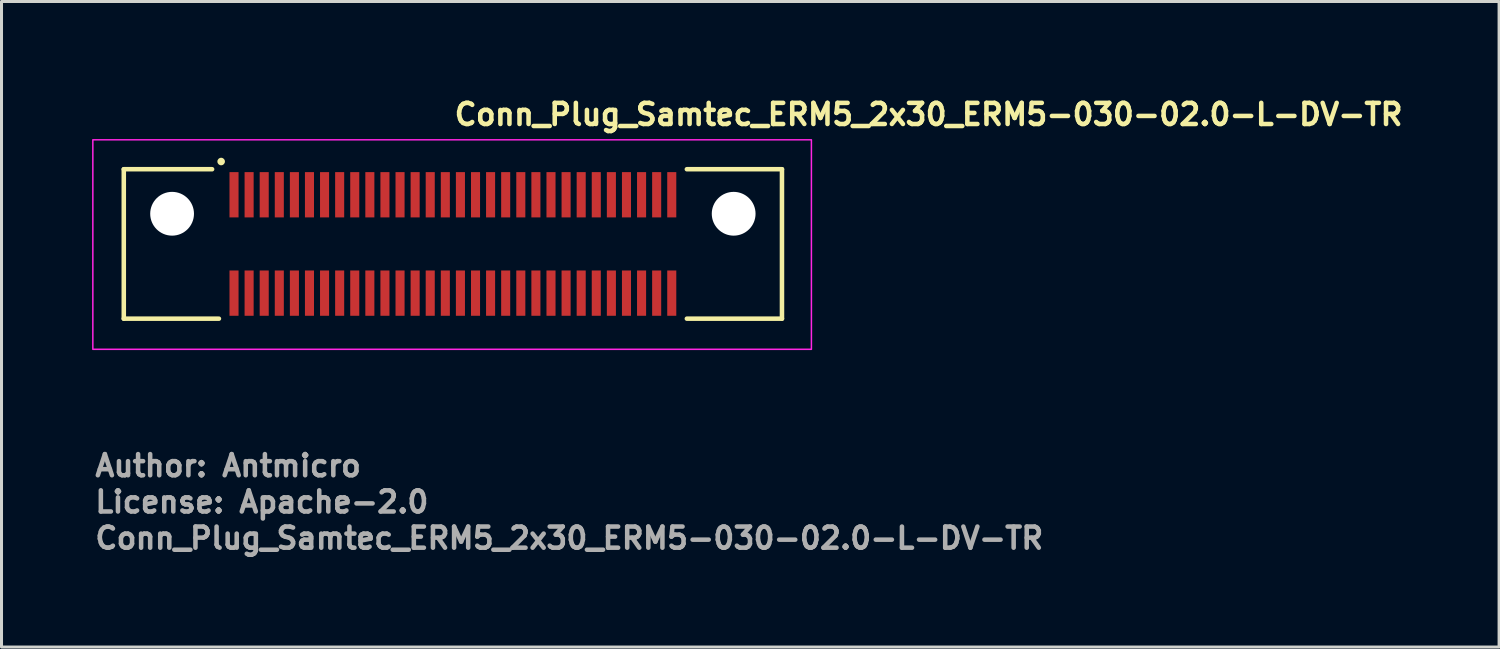
<source format=kicad_pcb>
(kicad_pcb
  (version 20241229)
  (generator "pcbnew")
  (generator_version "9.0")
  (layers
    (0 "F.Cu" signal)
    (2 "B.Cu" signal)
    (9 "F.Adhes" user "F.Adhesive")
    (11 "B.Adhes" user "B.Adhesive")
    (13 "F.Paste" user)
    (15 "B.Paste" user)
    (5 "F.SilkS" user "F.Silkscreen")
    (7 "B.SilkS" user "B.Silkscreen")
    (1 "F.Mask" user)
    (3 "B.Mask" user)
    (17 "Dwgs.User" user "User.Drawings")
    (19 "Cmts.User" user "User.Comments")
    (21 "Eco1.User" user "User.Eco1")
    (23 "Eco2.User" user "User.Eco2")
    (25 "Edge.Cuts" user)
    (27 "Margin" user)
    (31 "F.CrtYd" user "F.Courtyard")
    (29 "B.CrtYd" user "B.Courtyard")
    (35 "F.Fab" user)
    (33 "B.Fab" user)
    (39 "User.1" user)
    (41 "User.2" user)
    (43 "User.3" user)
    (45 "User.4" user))
  (footprint "Conn_Plug_Samtec_ERM5_2x30_ERM5-030-02.0-L-DV-TR"
    (layer "F.Cu")
    (at 11.925 5.05)
    (property "Reference" "Conn_Plug_Samtec_ERM5_2x30_ERM5-030-02.0-L-DV-TR" (at 0 -3.9 0) (layer "F.SilkS") (effects (font (size 0.7 0.7) (thickness 0.15)) (justify left bottom)))
    (attr smd)
    (fp_line (start -10.875 -2.495) (end -10.875 2.455) (stroke (width 0.15) (type solid)) (layer "F.SilkS"))
    (fp_line (start -10.875 -2.495) (end -7.95 -2.495) (stroke (width 0.15) (type solid)) (layer "F.SilkS"))
    (fp_line (start -10.875 2.455) (end -7.724 2.455) (stroke (width 0.15) (type solid)) (layer "F.SilkS"))
    (fp_line (start 10.925 -2.495) (end 7.775 -2.495) (stroke (width 0.15) (type solid)) (layer "F.SilkS"))
    (fp_line (start 10.925 -2.495) (end 10.925 2.455) (stroke (width 0.15) (type solid)) (layer "F.SilkS"))
    (fp_line (start 10.925 2.455) (end 7.775 2.455) (stroke (width 0.15) (type solid)) (layer "F.SilkS"))
    (fp_circle (center -7.65 -2.75) (end -7.6 -2.75) (stroke (width 0.15) (type solid)) (fill yes) (layer "F.SilkS"))
    (fp_poly (pts (xy -7.349 -2.399) (xy -7.099 -2.399) (xy -7.099 -0.9) (xy -7.349 -0.9)) (stroke (width 0.01) (type solid)) (fill yes) (layer "F.Paste"))
    (fp_poly (pts (xy -7.349 0.86) (xy -7.099 0.86) (xy -7.099 2.36) (xy -7.349 2.36)) (stroke (width 0.01) (type solid)) (fill yes) (layer "F.Paste"))
    (fp_poly (pts (xy -6.849 -2.399) (xy -6.599 -2.399) (xy -6.599 -0.9) (xy -6.849 -0.9)) (stroke (width 0.01) (type solid)) (fill yes) (layer "F.Paste"))
    (fp_poly (pts (xy -6.849 0.86) (xy -6.599 0.86) (xy -6.599 2.36) (xy -6.849 2.36)) (stroke (width 0.01) (type solid)) (fill yes) (layer "F.Paste"))
    (fp_poly (pts (xy -6.349 -2.399) (xy -6.099 -2.399) (xy -6.099 -0.9) (xy -6.349 -0.9)) (stroke (width 0.01) (type solid)) (fill yes) (layer "F.Paste"))
    (fp_poly (pts (xy -6.349 0.86) (xy -6.099 0.86) (xy -6.099 2.36) (xy -6.349 2.36)) (stroke (width 0.01) (type solid)) (fill yes) (layer "F.Paste"))
    (fp_poly (pts (xy -5.849 -2.399) (xy -5.599 -2.399) (xy -5.599 -0.9) (xy -5.849 -0.9)) (stroke (width 0.01) (type solid)) (fill yes) (layer "F.Paste"))
    (fp_poly (pts (xy -5.849 0.86) (xy -5.599 0.86) (xy -5.599 2.36) (xy -5.849 2.36)) (stroke (width 0.01) (type solid)) (fill yes) (layer "F.Paste"))
    (fp_poly (pts (xy -5.349 -2.399) (xy -5.099 -2.399) (xy -5.099 -0.9) (xy -5.349 -0.9)) (stroke (width 0.01) (type solid)) (fill yes) (layer "F.Paste"))
    (fp_poly (pts (xy -5.349 0.86) (xy -5.099 0.86) (xy -5.099 2.36) (xy -5.349 2.36)) (stroke (width 0.01) (type solid)) (fill yes) (layer "F.Paste"))
    (fp_poly (pts (xy -4.849 -2.399) (xy -4.6 -2.399) (xy -4.6 -0.9) (xy -4.849 -0.9)) (stroke (width 0.01) (type solid)) (fill yes) (layer "F.Paste"))
    (fp_poly (pts (xy -4.849 0.86) (xy -4.6 0.86) (xy -4.6 2.36) (xy -4.849 2.36)) (stroke (width 0.01) (type solid)) (fill yes) (layer "F.Paste"))
    (fp_poly (pts (xy -4.35 -2.399) (xy -4.1 -2.399) (xy -4.1 -0.9) (xy -4.35 -0.9)) (stroke (width 0.01) (type solid)) (fill yes) (layer "F.Paste"))
    (fp_poly (pts (xy -4.35 0.86) (xy -4.1 0.86) (xy -4.1 2.36) (xy -4.35 2.36)) (stroke (width 0.01) (type solid)) (fill yes) (layer "F.Paste"))
    (fp_poly (pts (xy -3.85 -2.399) (xy -3.6 -2.399) (xy -3.6 -0.9) (xy -3.85 -0.9)) (stroke (width 0.01) (type solid)) (fill yes) (layer "F.Paste"))
    (fp_poly (pts (xy -3.85 0.86) (xy -3.6 0.86) (xy -3.6 2.36) (xy -3.85 2.36)) (stroke (width 0.01) (type solid)) (fill yes) (layer "F.Paste"))
    (fp_poly (pts (xy -3.35 -2.399) (xy -3.1 -2.399) (xy -3.1 -0.9) (xy -3.35 -0.9)) (stroke (width 0.01) (type solid)) (fill yes) (layer "F.Paste"))
    (fp_poly (pts (xy -3.35 0.86) (xy -3.1 0.86) (xy -3.1 2.36) (xy -3.35 2.36)) (stroke (width 0.01) (type solid)) (fill yes) (layer "F.Paste"))
    (fp_poly (pts (xy -2.85 -2.399) (xy -2.6 -2.399) (xy -2.6 -0.9) (xy -2.85 -0.9)) (stroke (width 0.01) (type solid)) (fill yes) (layer "F.Paste"))
    (fp_poly (pts (xy -2.85 0.86) (xy -2.6 0.86) (xy -2.6 2.36) (xy -2.85 2.36)) (stroke (width 0.01) (type solid)) (fill yes) (layer "F.Paste"))
    (fp_poly (pts (xy -2.35 -2.399) (xy -2.1 -2.399) (xy -2.1 -0.9) (xy -2.35 -0.9)) (stroke (width 0.01) (type solid)) (fill yes) (layer "F.Paste"))
    (fp_poly (pts (xy -2.35 0.86) (xy -2.1 0.86) (xy -2.1 2.36) (xy -2.35 2.36)) (stroke (width 0.01) (type solid)) (fill yes) (layer "F.Paste"))
    (fp_poly (pts (xy -1.85 -2.399) (xy -1.6 -2.399) (xy -1.6 -0.9) (xy -1.85 -0.9)) (stroke (width 0.01) (type solid)) (fill yes) (layer "F.Paste"))
    (fp_poly (pts (xy -1.85 0.86) (xy -1.6 0.86) (xy -1.6 2.36) (xy -1.85 2.36)) (stroke (width 0.01) (type solid)) (fill yes) (layer "F.Paste"))
    (fp_poly (pts (xy -1.35 -2.399) (xy -1.1 -2.399) (xy -1.1 -0.9) (xy -1.35 -0.9)) (stroke (width 0.01) (type solid)) (fill yes) (layer "F.Paste"))
    (fp_poly (pts (xy -1.35 0.86) (xy -1.1 0.86) (xy -1.1 2.36) (xy -1.35 2.36)) (stroke (width 0.01) (type solid)) (fill yes) (layer "F.Paste"))
    (fp_poly (pts (xy -0.85 -2.399) (xy -0.6 -2.399) (xy -0.6 -0.9) (xy -0.85 -0.9)) (stroke (width 0.01) (type solid)) (fill yes) (layer "F.Paste"))
    (fp_poly (pts (xy -0.85 0.86) (xy -0.6 0.86) (xy -0.6 2.36) (xy -0.85 2.36)) (stroke (width 0.01) (type solid)) (fill yes) (layer "F.Paste"))
    (fp_poly (pts (xy -0.349 -2.399) (xy -0.1 -2.399) (xy -0.1 -0.9) (xy -0.349 -0.9)) (stroke (width 0.01) (type solid)) (fill yes) (layer "F.Paste"))
    (fp_poly (pts (xy -0.349 0.86) (xy -0.1 0.86) (xy -0.1 2.36) (xy -0.349 2.36)) (stroke (width 0.01) (type solid)) (fill yes) (layer "F.Paste"))
    (fp_poly (pts (xy 0.15 -2.399) (xy 0.4 -2.399) (xy 0.4 -0.9) (xy 0.15 -0.9)) (stroke (width 0.01) (type solid)) (fill yes) (layer "F.Paste"))
    (fp_poly (pts (xy 0.15 0.86) (xy 0.4 0.86) (xy 0.4 2.36) (xy 0.15 2.36)) (stroke (width 0.01) (type solid)) (fill yes) (layer "F.Paste"))
    (fp_poly (pts (xy 0.65 -2.399) (xy 0.9 -2.399) (xy 0.9 -0.9) (xy 0.65 -0.9)) (stroke (width 0.01) (type solid)) (fill yes) (layer "F.Paste"))
    (fp_poly (pts (xy 0.65 0.86) (xy 0.9 0.86) (xy 0.9 2.36) (xy 0.65 2.36)) (stroke (width 0.01) (type solid)) (fill yes) (layer "F.Paste"))
    (fp_poly (pts (xy 1.15 -2.399) (xy 1.399 -2.399) (xy 1.399 -0.9) (xy 1.15 -0.9)) (stroke (width 0.01) (type solid)) (fill yes) (layer "F.Paste"))
    (fp_poly (pts (xy 1.15 0.86) (xy 1.399 0.86) (xy 1.399 2.36) (xy 1.15 2.36)) (stroke (width 0.01) (type solid)) (fill yes) (layer "F.Paste"))
    (fp_poly (pts (xy 1.649 -2.399) (xy 1.899 -2.399) (xy 1.899 -0.9) (xy 1.649 -0.9)) (stroke (width 0.01) (type solid)) (fill yes) (layer "F.Paste"))
    (fp_poly (pts (xy 1.649 0.86) (xy 1.899 0.86) (xy 1.899 2.36) (xy 1.649 2.36)) (stroke (width 0.01) (type solid)) (fill yes) (layer "F.Paste"))
    (fp_poly (pts (xy 2.15 -2.399) (xy 2.4 -2.399) (xy 2.4 -0.9) (xy 2.15 -0.9)) (stroke (width 0.01) (type solid)) (fill yes) (layer "F.Paste"))
    (fp_poly (pts (xy 2.15 0.86) (xy 2.4 0.86) (xy 2.4 2.36) (xy 2.15 2.36)) (stroke (width 0.01) (type solid)) (fill yes) (layer "F.Paste"))
    (fp_poly (pts (xy 2.65 -2.399) (xy 2.9 -2.399) (xy 2.9 -0.9) (xy 2.65 -0.9)) (stroke (width 0.01) (type solid)) (fill yes) (layer "F.Paste"))
    (fp_poly (pts (xy 2.65 0.86) (xy 2.9 0.86) (xy 2.9 2.36) (xy 2.65 2.36)) (stroke (width 0.01) (type solid)) (fill yes) (layer "F.Paste"))
    (fp_poly (pts (xy 3.15 -2.399) (xy 3.4 -2.399) (xy 3.4 -0.9) (xy 3.15 -0.9)) (stroke (width 0.01) (type solid)) (fill yes) (layer "F.Paste"))
    (fp_poly (pts (xy 3.15 0.86) (xy 3.4 0.86) (xy 3.4 2.36) (xy 3.15 2.36)) (stroke (width 0.01) (type solid)) (fill yes) (layer "F.Paste"))
    (fp_poly (pts (xy 3.65 -2.399) (xy 3.9 -2.399) (xy 3.9 -0.9) (xy 3.65 -0.9)) (stroke (width 0.01) (type solid)) (fill yes) (layer "F.Paste"))
    (fp_poly (pts (xy 3.65 0.86) (xy 3.9 0.86) (xy 3.9 2.36) (xy 3.65 2.36)) (stroke (width 0.01) (type solid)) (fill yes) (layer "F.Paste"))
    (fp_poly (pts (xy 4.15 -2.399) (xy 4.4 -2.399) (xy 4.4 -0.9) (xy 4.15 -0.9)) (stroke (width 0.01) (type solid)) (fill yes) (layer "F.Paste"))
    (fp_poly (pts (xy 4.15 0.86) (xy 4.4 0.86) (xy 4.4 2.36) (xy 4.15 2.36)) (stroke (width 0.01) (type solid)) (fill yes) (layer "F.Paste"))
    (fp_poly (pts (xy 4.65 -2.399) (xy 4.9 -2.399) (xy 4.9 -0.9) (xy 4.65 -0.9)) (stroke (width 0.01) (type solid)) (fill yes) (layer "F.Paste"))
    (fp_poly (pts (xy 4.65 0.86) (xy 4.9 0.86) (xy 4.9 2.36) (xy 4.65 2.36)) (stroke (width 0.01) (type solid)) (fill yes) (layer "F.Paste"))
    (fp_poly (pts (xy 5.15 -2.399) (xy 5.4 -2.399) (xy 5.4 -0.9) (xy 5.15 -0.9)) (stroke (width 0.01) (type solid)) (fill yes) (layer "F.Paste"))
    (fp_poly (pts (xy 5.15 0.86) (xy 5.4 0.86) (xy 5.4 2.36) (xy 5.15 2.36)) (stroke (width 0.01) (type solid)) (fill yes) (layer "F.Paste"))
    (fp_poly (pts (xy 5.65 -2.399) (xy 5.9 -2.399) (xy 5.9 -0.9) (xy 5.65 -0.9)) (stroke (width 0.01) (type solid)) (fill yes) (layer "F.Paste"))
    (fp_poly (pts (xy 5.65 0.86) (xy 5.9 0.86) (xy 5.9 2.36) (xy 5.65 2.36)) (stroke (width 0.01) (type solid)) (fill yes) (layer "F.Paste"))
    (fp_poly (pts (xy 6.15 -2.399) (xy 6.4 -2.399) (xy 6.4 -0.9) (xy 6.15 -0.9)) (stroke (width 0.01) (type solid)) (fill yes) (layer "F.Paste"))
    (fp_poly (pts (xy 6.15 0.86) (xy 6.4 0.86) (xy 6.4 2.36) (xy 6.15 2.36)) (stroke (width 0.01) (type solid)) (fill yes) (layer "F.Paste"))
    (fp_poly (pts (xy 6.65 -2.399) (xy 6.9 -2.399) (xy 6.9 -0.9) (xy 6.65 -0.9)) (stroke (width 0.01) (type solid)) (fill yes) (layer "F.Paste"))
    (fp_poly (pts (xy 6.65 0.86) (xy 6.9 0.86) (xy 6.9 2.36) (xy 6.65 2.36)) (stroke (width 0.01) (type solid)) (fill yes) (layer "F.Paste"))
    (fp_poly (pts (xy 7.15 -2.399) (xy 7.4 -2.399) (xy 7.4 -0.9) (xy 7.15 -0.9)) (stroke (width 0.01) (type solid)) (fill yes) (layer "F.Paste"))
    (fp_poly (pts (xy 7.15 0.86) (xy 7.4 0.86) (xy 7.4 2.36) (xy 7.15 2.36)) (stroke (width 0.01) (type solid)) (fill yes) (layer "F.Paste"))
    (fp_rect (start -11.9 -3.47) (end 11.9 3.47) (stroke (width 0.05) (type solid)) (fill no) (layer "F.CrtYd"))
    (fp_rect (start -10.9 -2.475) (end 10.9 2.475) (stroke (width 0.1) (type solid)) (fill no) (layer "User.5"))
    (fp_line (start -10.9 -0.975) (end -10.9 2.475) (stroke (width 0.02) (type solid)) (layer "User.9"))
    (fp_line (start -10.9 2.475) (end -7.599 2.475) (stroke (width 0.02) (type solid)) (layer "User.9"))
    (fp_line (start -10 0.525) (end -10 -0.525) (stroke (width 0.02) (type solid)) (layer "User.9"))
    (fp_line (start -10 0.525) (end -9.595 0.929) (stroke (width 0.02) (type solid)) (layer "User.9"))
    (fp_line (start -9.595 -0.929) (end -10 -0.525) (stroke (width 0.02) (type solid)) (layer "User.9"))
    (fp_line (start -9.595 0.929) (end -9.3 1.225) (stroke (width 0.02) (type solid)) (layer "User.9"))
    (fp_line (start -9.595 0.929) (end -9.072 0.301) (stroke (width 0.02) (type solid)) (layer "User.9"))
    (fp_line (start -9.4 -2.475) (end -10.9 -0.975) (stroke (width 0.02) (type solid)) (layer "User.9"))
    (fp_line (start -9.3 -1.225) (end -9.595 -0.929) (stroke (width 0.02) (type solid)) (layer "User.9"))
    (fp_line (start -9.072 -0.301) (end -9.595 -0.929) (stroke (width 0.02) (type solid)) (layer "User.9"))
    (fp_line (start -9.072 -0.301) (end -9.072 0.301) (stroke (width 0.02) (type solid)) (layer "User.9"))
    (fp_line (start -9.072 0.301) (end -8.835 0.301) (stroke (width 0.02) (type solid)) (layer "User.9"))
    (fp_line (start -8.835 -0.301) (end -9.072 -0.301) (stroke (width 0.02) (type solid)) (layer "User.9"))
    (fp_line (start -8.835 0.301) (end -8.835 -0.301) (stroke (width 0.02) (type solid)) (layer "User.9"))
    (fp_line (start -8.835 0.301) (end -8.2 1.225) (stroke (width 0.02) (type solid)) (layer "User.9"))
    (fp_line (start -8.2 -1.225) (end -9.3 -1.225) (stroke (width 0.02) (type solid)) (layer "User.9"))
    (fp_line (start -8.2 -1.225) (end -8.835 -0.301) (stroke (width 0.02) (type solid)) (layer "User.9"))
    (fp_line (start -8.2 -1.025) (end -8.2 -1.225) (stroke (width 0.02) (type solid)) (layer "User.9"))
    (fp_line (start -8.2 1.025) (end -8.2 -1.025) (stroke (width 0.02) (type solid)) (layer "User.9"))
    (fp_line (start -8.2 1.225) (end -9.3 1.225) (stroke (width 0.02) (type solid)) (layer "User.9"))
    (fp_line (start -8.2 1.225) (end -8.2 1.025) (stroke (width 0.02) (type solid)) (layer "User.9"))
    (fp_line (start -7.599 -2.475) (end -9.4 -2.475) (stroke (width 0.02) (type solid)) (layer "User.9"))
    (fp_line (start -7.599 -1.675) (end -7.599 -2.475) (stroke (width 0.02) (type solid)) (layer "User.9"))
    (fp_line (start -7.599 1.675) (end -7.599 2.475) (stroke (width 0.02) (type solid)) (layer "User.9"))
    (fp_line (start -7.4 -1.675) (end -7.599 -1.675) (stroke (width 0.02) (type solid)) (layer "User.9"))
    (fp_line (start -7.4 -1.675) (end -7.4 -2.275) (stroke (width 0.02) (type solid)) (layer "User.9"))
    (fp_line (start -7.4 1.675) (end -7.599 1.675) (stroke (width 0.02) (type solid)) (layer "User.9"))
    (fp_line (start -7.4 1.675) (end -7.4 2.275) (stroke (width 0.02) (type solid)) (layer "User.9"))
    (fp_line (start -7.349 -1.274) (end -7.349 -1.225) (stroke (width 0.02) (type solid)) (layer "User.9"))
    (fp_line (start -7.349 -1.225) (end -8.2 -1.225) (stroke (width 0.02) (type solid)) (layer "User.9"))
    (fp_line (start -7.349 -1.225) (end -7.349 -1.025) (stroke (width 0.02) (type solid)) (layer "User.9"))
    (fp_line (start -7.349 -1.025) (end -7.349 1.025) (stroke (width 0.02) (type solid)) (layer "User.9"))
    (fp_line (start -7.349 1.025) (end -7.349 1.225) (stroke (width 0.02) (type solid)) (layer "User.9"))
    (fp_line (start -7.349 1.225) (end -8.2 1.225) (stroke (width 0.02) (type solid)) (layer "User.9"))
    (fp_line (start -7.349 1.225) (end -7.349 1.274) (stroke (width 0.02) (type solid)) (layer "User.9"))
    (fp_line (start -7.15 -1.274) (end -7.349 -1.274) (stroke (width 0.02) (type solid)) (layer "User.9"))
    (fp_line (start -7.15 -1.225) (end -7.15 -1.274) (stroke (width 0.02) (type solid)) (layer "User.9"))
    (fp_line (start -7.15 -1.225) (end -7.15 -1.025) (stroke (width 0.02) (type solid)) (layer "User.9"))
    (fp_line (start -7.15 -1.025) (end -7.15 1.025) (stroke (width 0.02) (type solid)) (layer "User.9"))
    (fp_line (start -7.15 -0.975) (end -7.349 -0.975) (stroke (width 0.02) (type solid)) (layer "User.9"))
    (fp_line (start -7.15 -0.888) (end -7.349 -0.888) (stroke (width 0.02) (type solid)) (layer "User.9"))
    (fp_line (start -7.15 -0.2) (end -7.349 -0.2) (stroke (width 0.02) (type solid)) (layer "User.9"))
    (fp_line (start -7.15 0.2) (end -7.349 0.2) (stroke (width 0.02) (type solid)) (layer "User.9"))
    (fp_line (start -7.15 0.888) (end -7.349 0.888) (stroke (width 0.02) (type solid)) (layer "User.9"))
    (fp_line (start -7.15 0.975) (end -7.349 0.975) (stroke (width 0.02) (type solid)) (layer "User.9"))
    (fp_line (start -7.15 1.025) (end -7.15 1.225) (stroke (width 0.02) (type solid)) (layer "User.9"))
    (fp_line (start -7.15 1.225) (end -7.15 1.274) (stroke (width 0.02) (type solid)) (layer "User.9"))
    (fp_line (start -7.15 1.274) (end -7.349 1.274) (stroke (width 0.02) (type solid)) (layer "User.9"))
    (fp_line (start -7.099 -2.275) (end -7.4 -2.275) (stroke (width 0.02) (type solid)) (layer "User.9"))
    (fp_line (start -7.099 -1.675) (end -7.099 -2.275) (stroke (width 0.02) (type solid)) (layer "User.9"))
    (fp_line (start -7.099 1.675) (end -7.099 2.275) (stroke (width 0.02) (type solid)) (layer "User.9"))
    (fp_line (start -7.099 2.275) (end -7.4 2.275) (stroke (width 0.02) (type solid)) (layer "User.9"))
    (fp_line (start -6.9 -1.675) (end -7.099 -1.675) (stroke (width 0.02) (type solid)) (layer "User.9"))
    (fp_line (start -6.9 -1.675) (end -6.9 -2.275) (stroke (width 0.02) (type solid)) (layer "User.9"))
    (fp_line (start -6.9 1.675) (end -7.099 1.675) (stroke (width 0.02) (type solid)) (layer "User.9"))
    (fp_line (start -6.9 1.675) (end -6.9 2.275) (stroke (width 0.02) (type solid)) (layer "User.9"))
    (fp_line (start -6.849 -1.274) (end -6.849 -1.225) (stroke (width 0.02) (type solid)) (layer "User.9"))
    (fp_line (start -6.849 -1.225) (end -7.15 -1.225) (stroke (width 0.02) (type solid)) (layer "User.9"))
    (fp_line (start -6.849 -1.225) (end -6.849 -1.025) (stroke (width 0.02) (type solid)) (layer "User.9"))
    (fp_line (start -6.849 -1.025) (end -6.849 1.025) (stroke (width 0.02) (type solid)) (layer "User.9"))
    (fp_line (start -6.849 1.025) (end -6.849 1.225) (stroke (width 0.02) (type solid)) (layer "User.9"))
    (fp_line (start -6.849 1.225) (end -7.15 1.225) (stroke (width 0.02) (type solid)) (layer "User.9"))
    (fp_line (start -6.849 1.274) (end -6.849 1.225) (stroke (width 0.02) (type solid)) (layer "User.9"))
    (fp_line (start -6.65 -1.274) (end -6.849 -1.274) (stroke (width 0.02) (type solid)) (layer "User.9"))
    (fp_line (start -6.65 -1.225) (end -6.65 -1.274) (stroke (width 0.02) (type solid)) (layer "User.9"))
    (fp_line (start -6.65 -1.225) (end -6.65 -1.025) (stroke (width 0.02) (type solid)) (layer "User.9"))
    (fp_line (start -6.65 -1.025) (end -6.65 1.025) (stroke (width 0.02) (type solid)) (layer "User.9"))
    (fp_line (start -6.65 -0.975) (end -6.849 -0.975) (stroke (width 0.02) (type solid)) (layer "User.9"))
    (fp_line (start -6.65 -0.888) (end -6.849 -0.888) (stroke (width 0.02) (type solid)) (layer "User.9"))
    (fp_line (start -6.65 -0.2) (end -6.849 -0.2) (stroke (width 0.02) (type solid)) (layer "User.9"))
    (fp_line (start -6.65 0.2) (end -6.849 0.2) (stroke (width 0.02) (type solid)) (layer "User.9"))
    (fp_line (start -6.65 0.888) (end -6.849 0.888) (stroke (width 0.02) (type solid)) (layer "User.9"))
    (fp_line (start -6.65 0.975) (end -6.849 0.975) (stroke (width 0.02) (type solid)) (layer "User.9"))
    (fp_line (start -6.65 1.025) (end -6.65 1.225) (stroke (width 0.02) (type solid)) (layer "User.9"))
    (fp_line (start -6.65 1.225) (end -6.65 1.274) (stroke (width 0.02) (type solid)) (layer "User.9"))
    (fp_line (start -6.65 1.274) (end -6.849 1.274) (stroke (width 0.02) (type solid)) (layer "User.9"))
    (fp_line (start -6.599 -2.275) (end -6.9 -2.275) (stroke (width 0.02) (type solid)) (layer "User.9"))
    (fp_line (start -6.599 -1.675) (end -6.599 -2.275) (stroke (width 0.02) (type solid)) (layer "User.9"))
    (fp_line (start -6.599 1.675) (end -6.599 2.275) (stroke (width 0.02) (type solid)) (layer "User.9"))
    (fp_line (start -6.599 2.275) (end -6.9 2.275) (stroke (width 0.02) (type solid)) (layer "User.9"))
    (fp_line (start -6.4 -1.675) (end -6.599 -1.675) (stroke (width 0.02) (type solid)) (layer "User.9"))
    (fp_line (start -6.4 -1.675) (end -6.4 -2.275) (stroke (width 0.02) (type solid)) (layer "User.9"))
    (fp_line (start -6.4 1.675) (end -6.599 1.675) (stroke (width 0.02) (type solid)) (layer "User.9"))
    (fp_line (start -6.4 1.675) (end -6.4 2.275) (stroke (width 0.02) (type solid)) (layer "User.9"))
    (fp_line (start -6.349 -1.274) (end -6.349 -1.225) (stroke (width 0.02) (type solid)) (layer "User.9"))
    (fp_line (start -6.349 -1.225) (end -6.65 -1.225) (stroke (width 0.02) (type solid)) (layer "User.9"))
    (fp_line (start -6.349 -1.225) (end -6.349 -1.025) (stroke (width 0.02) (type solid)) (layer "User.9"))
    (fp_line (start -6.349 -1.025) (end -6.349 1.025) (stroke (width 0.02) (type solid)) (layer "User.9"))
    (fp_line (start -6.349 1.025) (end -6.349 1.225) (stroke (width 0.02) (type solid)) (layer "User.9"))
    (fp_line (start -6.349 1.225) (end -6.65 1.225) (stroke (width 0.02) (type solid)) (layer "User.9"))
    (fp_line (start -6.349 1.274) (end -6.349 1.225) (stroke (width 0.02) (type solid)) (layer "User.9"))
    (fp_line (start -6.15 -1.274) (end -6.349 -1.274) (stroke (width 0.02) (type solid)) (layer "User.9"))
    (fp_line (start -6.15 -1.225) (end -6.15 -1.274) (stroke (width 0.02) (type solid)) (layer "User.9"))
    (fp_line (start -6.15 -1.225) (end -6.15 -1.025) (stroke (width 0.02) (type solid)) (layer "User.9"))
    (fp_line (start -6.15 -1.025) (end -6.15 1.025) (stroke (width 0.02) (type solid)) (layer "User.9"))
    (fp_line (start -6.15 -0.975) (end -6.349 -0.975) (stroke (width 0.02) (type solid)) (layer "User.9"))
    (fp_line (start -6.15 -0.888) (end -6.349 -0.888) (stroke (width 0.02) (type solid)) (layer "User.9"))
    (fp_line (start -6.15 -0.2) (end -6.349 -0.2) (stroke (width 0.02) (type solid)) (layer "User.9"))
    (fp_line (start -6.15 0.2) (end -6.349 0.2) (stroke (width 0.02) (type solid)) (layer "User.9"))
    (fp_line (start -6.15 0.888) (end -6.349 0.888) (stroke (width 0.02) (type solid)) (layer "User.9"))
    (fp_line (start -6.15 0.975) (end -6.349 0.975) (stroke (width 0.02) (type solid)) (layer "User.9"))
    (fp_line (start -6.15 1.025) (end -6.15 1.225) (stroke (width 0.02) (type solid)) (layer "User.9"))
    (fp_line (start -6.15 1.225) (end -6.15 1.274) (stroke (width 0.02) (type solid)) (layer "User.9"))
    (fp_line (start -6.15 1.274) (end -6.349 1.274) (stroke (width 0.02) (type solid)) (layer "User.9"))
    (fp_line (start -6.099 -2.275) (end -6.4 -2.275) (stroke (width 0.02) (type solid)) (layer "User.9"))
    (fp_line (start -6.099 -1.675) (end -6.099 -2.275) (stroke (width 0.02) (type solid)) (layer "User.9"))
    (fp_line (start -6.099 1.675) (end -6.099 2.275) (stroke (width 0.02) (type solid)) (layer "User.9"))
    (fp_line (start -6.099 2.275) (end -6.4 2.275) (stroke (width 0.02) (type solid)) (layer "User.9"))
    (fp_line (start -5.9 -1.675) (end -6.099 -1.675) (stroke (width 0.02) (type solid)) (layer "User.9"))
    (fp_line (start -5.9 -1.675) (end -5.9 -2.275) (stroke (width 0.02) (type solid)) (layer "User.9"))
    (fp_line (start -5.9 1.675) (end -6.099 1.675) (stroke (width 0.02) (type solid)) (layer "User.9"))
    (fp_line (start -5.9 1.675) (end -5.9 2.275) (stroke (width 0.02) (type solid)) (layer "User.9"))
    (fp_line (start -5.849 -1.274) (end -5.849 -1.225) (stroke (width 0.02) (type solid)) (layer "User.9"))
    (fp_line (start -5.849 -1.225) (end -6.15 -1.225) (stroke (width 0.02) (type solid)) (layer "User.9"))
    (fp_line (start -5.849 -1.225) (end -5.849 -1.025) (stroke (width 0.02) (type solid)) (layer "User.9"))
    (fp_line (start -5.849 -1.025) (end -5.849 1.025) (stroke (width 0.02) (type solid)) (layer "User.9"))
    (fp_line (start -5.849 1.025) (end -5.849 1.225) (stroke (width 0.02) (type solid)) (layer "User.9"))
    (fp_line (start -5.849 1.225) (end -6.15 1.225) (stroke (width 0.02) (type solid)) (layer "User.9"))
    (fp_line (start -5.849 1.274) (end -5.849 1.225) (stroke (width 0.02) (type solid)) (layer "User.9"))
    (fp_line (start -5.65 -1.274) (end -5.849 -1.274) (stroke (width 0.02) (type solid)) (layer "User.9"))
    (fp_line (start -5.65 -1.225) (end -5.65 -1.274) (stroke (width 0.02) (type solid)) (layer "User.9"))
    (fp_line (start -5.65 -1.225) (end -5.65 -1.025) (stroke (width 0.02) (type solid)) (layer "User.9"))
    (fp_line (start -5.65 -1.025) (end -5.65 1.025) (stroke (width 0.02) (type solid)) (layer "User.9"))
    (fp_line (start -5.65 -0.975) (end -5.849 -0.975) (stroke (width 0.02) (type solid)) (layer "User.9"))
    (fp_line (start -5.65 -0.888) (end -5.849 -0.888) (stroke (width 0.02) (type solid)) (layer "User.9"))
    (fp_line (start -5.65 -0.2) (end -5.849 -0.2) (stroke (width 0.02) (type solid)) (layer "User.9"))
    (fp_line (start -5.65 0.2) (end -5.849 0.2) (stroke (width 0.02) (type solid)) (layer "User.9"))
    (fp_line (start -5.65 0.888) (end -5.849 0.888) (stroke (width 0.02) (type solid)) (layer "User.9"))
    (fp_line (start -5.65 0.975) (end -5.849 0.975) (stroke (width 0.02) (type solid)) (layer "User.9"))
    (fp_line (start -5.65 1.025) (end -5.65 1.225) (stroke (width 0.02) (type solid)) (layer "User.9"))
    (fp_line (start -5.65 1.225) (end -5.65 1.274) (stroke (width 0.02) (type solid)) (layer "User.9"))
    (fp_line (start -5.65 1.274) (end -5.849 1.274) (stroke (width 0.02) (type solid)) (layer "User.9"))
    (fp_line (start -5.599 -2.275) (end -5.9 -2.275) (stroke (width 0.02) (type solid)) (layer "User.9"))
    (fp_line (start -5.599 -1.675) (end -5.599 -2.275) (stroke (width 0.02) (type solid)) (layer "User.9"))
    (fp_line (start -5.599 1.675) (end -5.599 2.275) (stroke (width 0.02) (type solid)) (layer "User.9"))
    (fp_line (start -5.599 2.275) (end -5.9 2.275) (stroke (width 0.02) (type solid)) (layer "User.9"))
    (fp_line (start -5.4 -1.675) (end -5.599 -1.675) (stroke (width 0.02) (type solid)) (layer "User.9"))
    (fp_line (start -5.4 -1.675) (end -5.4 -2.275) (stroke (width 0.02) (type solid)) (layer "User.9"))
    (fp_line (start -5.4 1.675) (end -5.599 1.675) (stroke (width 0.02) (type solid)) (layer "User.9"))
    (fp_line (start -5.4 1.675) (end -5.4 2.275) (stroke (width 0.02) (type solid)) (layer "User.9"))
    (fp_line (start -5.349 -1.274) (end -5.349 -1.225) (stroke (width 0.02) (type solid)) (layer "User.9"))
    (fp_line (start -5.349 -1.225) (end -5.65 -1.225) (stroke (width 0.02) (type solid)) (layer "User.9"))
    (fp_line (start -5.349 -1.225) (end -5.349 -1.025) (stroke (width 0.02) (type solid)) (layer "User.9"))
    (fp_line (start -5.349 -1.025) (end -5.349 1.025) (stroke (width 0.02) (type solid)) (layer "User.9"))
    (fp_line (start -5.349 1.025) (end -5.349 1.225) (stroke (width 0.02) (type solid)) (layer "User.9"))
    (fp_line (start -5.349 1.225) (end -5.65 1.225) (stroke (width 0.02) (type solid)) (layer "User.9"))
    (fp_line (start -5.349 1.274) (end -5.349 1.225) (stroke (width 0.02) (type solid)) (layer "User.9"))
    (fp_line (start -5.15 -1.274) (end -5.349 -1.274) (stroke (width 0.02) (type solid)) (layer "User.9"))
    (fp_line (start -5.15 -1.225) (end -5.15 -1.274) (stroke (width 0.02) (type solid)) (layer "User.9"))
    (fp_line (start -5.15 -1.225) (end -5.15 -1.025) (stroke (width 0.02) (type solid)) (layer "User.9"))
    (fp_line (start -5.15 -1.025) (end -5.15 1.025) (stroke (width 0.02) (type solid)) (layer "User.9"))
    (fp_line (start -5.15 -0.975) (end -5.349 -0.975) (stroke (width 0.02) (type solid)) (layer "User.9"))
    (fp_line (start -5.15 -0.888) (end -5.349 -0.888) (stroke (width 0.02) (type solid)) (layer "User.9"))
    (fp_line (start -5.15 -0.2) (end -5.349 -0.2) (stroke (width 0.02) (type solid)) (layer "User.9"))
    (fp_line (start -5.15 0.2) (end -5.349 0.2) (stroke (width 0.02) (type solid)) (layer "User.9"))
    (fp_line (start -5.15 0.888) (end -5.349 0.888) (stroke (width 0.02) (type solid)) (layer "User.9"))
    (fp_line (start -5.15 0.975) (end -5.349 0.975) (stroke (width 0.02) (type solid)) (layer "User.9"))
    (fp_line (start -5.15 1.025) (end -5.15 1.225) (stroke (width 0.02) (type solid)) (layer "User.9"))
    (fp_line (start -5.15 1.225) (end -5.15 1.274) (stroke (width 0.02) (type solid)) (layer "User.9"))
    (fp_line (start -5.15 1.274) (end -5.349 1.274) (stroke (width 0.02) (type solid)) (layer "User.9"))
    (fp_line (start -5.099 -2.275) (end -5.4 -2.275) (stroke (width 0.02) (type solid)) (layer "User.9"))
    (fp_line (start -5.099 -1.675) (end -5.099 -2.275) (stroke (width 0.02) (type solid)) (layer "User.9"))
    (fp_line (start -5.099 1.675) (end -5.099 2.275) (stroke (width 0.02) (type solid)) (layer "User.9"))
    (fp_line (start -5.099 2.275) (end -5.4 2.275) (stroke (width 0.02) (type solid)) (layer "User.9"))
    (fp_line (start -4.9 -1.675) (end -5.099 -1.675) (stroke (width 0.02) (type solid)) (layer "User.9"))
    (fp_line (start -4.9 -1.675) (end -4.9 -2.275) (stroke (width 0.02) (type solid)) (layer "User.9"))
    (fp_line (start -4.9 1.675) (end -5.099 1.675) (stroke (width 0.02) (type solid)) (layer "User.9"))
    (fp_line (start -4.9 1.675) (end -4.9 2.275) (stroke (width 0.02) (type solid)) (layer "User.9"))
    (fp_line (start -4.849 -1.274) (end -4.849 -1.225) (stroke (width 0.02) (type solid)) (layer "User.9"))
    (fp_line (start -4.849 -1.225) (end -5.15 -1.225) (stroke (width 0.02) (type solid)) (layer "User.9"))
    (fp_line (start -4.849 -1.225) (end -4.849 -1.025) (stroke (width 0.02) (type solid)) (layer "User.9"))
    (fp_line (start -4.849 -1.025) (end -4.849 1.025) (stroke (width 0.02) (type solid)) (layer "User.9"))
    (fp_line (start -4.849 1.025) (end -4.849 1.225) (stroke (width 0.02) (type solid)) (layer "User.9"))
    (fp_line (start -4.849 1.225) (end -5.15 1.225) (stroke (width 0.02) (type solid)) (layer "User.9"))
    (fp_line (start -4.849 1.274) (end -4.849 1.225) (stroke (width 0.02) (type solid)) (layer "User.9"))
    (fp_line (start -4.65 -1.274) (end -4.849 -1.274) (stroke (width 0.02) (type solid)) (layer "User.9"))
    (fp_line (start -4.65 -1.225) (end -4.65 -1.274) (stroke (width 0.02) (type solid)) (layer "User.9"))
    (fp_line (start -4.65 -1.225) (end -4.65 -1.025) (stroke (width 0.02) (type solid)) (layer "User.9"))
    (fp_line (start -4.65 -1.025) (end -4.65 1.025) (stroke (width 0.02) (type solid)) (layer "User.9"))
    (fp_line (start -4.65 -0.975) (end -4.849 -0.975) (stroke (width 0.02) (type solid)) (layer "User.9"))
    (fp_line (start -4.65 -0.888) (end -4.849 -0.888) (stroke (width 0.02) (type solid)) (layer "User.9"))
    (fp_line (start -4.65 -0.2) (end -4.849 -0.2) (stroke (width 0.02) (type solid)) (layer "User.9"))
    (fp_line (start -4.65 0.2) (end -4.849 0.2) (stroke (width 0.02) (type solid)) (layer "User.9"))
    (fp_line (start -4.65 0.888) (end -4.849 0.888) (stroke (width 0.02) (type solid)) (layer "User.9"))
    (fp_line (start -4.65 0.975) (end -4.849 0.975) (stroke (width 0.02) (type solid)) (layer "User.9"))
    (fp_line (start -4.65 1.025) (end -4.65 1.225) (stroke (width 0.02) (type solid)) (layer "User.9"))
    (fp_line (start -4.65 1.225) (end -4.65 1.274) (stroke (width 0.02) (type solid)) (layer "User.9"))
    (fp_line (start -4.65 1.274) (end -4.849 1.274) (stroke (width 0.02) (type solid)) (layer "User.9"))
    (fp_line (start -4.6 -2.275) (end -4.9 -2.275) (stroke (width 0.02) (type solid)) (layer "User.9"))
    (fp_line (start -4.6 -1.675) (end -4.6 -2.275) (stroke (width 0.02) (type solid)) (layer "User.9"))
    (fp_line (start -4.6 1.675) (end -4.6 2.275) (stroke (width 0.02) (type solid)) (layer "User.9"))
    (fp_line (start -4.6 2.275) (end -4.9 2.275) (stroke (width 0.02) (type solid)) (layer "User.9"))
    (fp_line (start -4.4 -1.675) (end -4.6 -1.675) (stroke (width 0.02) (type solid)) (layer "User.9"))
    (fp_line (start -4.4 -1.675) (end -4.4 -2.275) (stroke (width 0.02) (type solid)) (layer "User.9"))
    (fp_line (start -4.4 1.675) (end -4.6 1.675) (stroke (width 0.02) (type solid)) (layer "User.9"))
    (fp_line (start -4.4 1.675) (end -4.4 2.275) (stroke (width 0.02) (type solid)) (layer "User.9"))
    (fp_line (start -4.35 -1.274) (end -4.35 -1.225) (stroke (width 0.02) (type solid)) (layer "User.9"))
    (fp_line (start -4.35 -1.225) (end -4.65 -1.225) (stroke (width 0.02) (type solid)) (layer "User.9"))
    (fp_line (start -4.35 -1.225) (end -4.35 -1.025) (stroke (width 0.02) (type solid)) (layer "User.9"))
    (fp_line (start -4.35 -1.025) (end -4.35 1.025) (stroke (width 0.02) (type solid)) (layer "User.9"))
    (fp_line (start -4.35 1.025) (end -4.35 1.225) (stroke (width 0.02) (type solid)) (layer "User.9"))
    (fp_line (start -4.35 1.225) (end -4.65 1.225) (stroke (width 0.02) (type solid)) (layer "User.9"))
    (fp_line (start -4.35 1.274) (end -4.35 1.225) (stroke (width 0.02) (type solid)) (layer "User.9"))
    (fp_line (start -4.15 -1.274) (end -4.35 -1.274) (stroke (width 0.02) (type solid)) (layer "User.9"))
    (fp_line (start -4.15 -1.225) (end -4.15 -1.274) (stroke (width 0.02) (type solid)) (layer "User.9"))
    (fp_line (start -4.15 -1.225) (end -4.15 -1.025) (stroke (width 0.02) (type solid)) (layer "User.9"))
    (fp_line (start -4.15 -1.025) (end -4.15 1.025) (stroke (width 0.02) (type solid)) (layer "User.9"))
    (fp_line (start -4.15 -0.975) (end -4.35 -0.975) (stroke (width 0.02) (type solid)) (layer "User.9"))
    (fp_line (start -4.15 -0.888) (end -4.35 -0.888) (stroke (width 0.02) (type solid)) (layer "User.9"))
    (fp_line (start -4.15 -0.2) (end -4.35 -0.2) (stroke (width 0.02) (type solid)) (layer "User.9"))
    (fp_line (start -4.15 0.2) (end -4.35 0.2) (stroke (width 0.02) (type solid)) (layer "User.9"))
    (fp_line (start -4.15 0.888) (end -4.35 0.888) (stroke (width 0.02) (type solid)) (layer "User.9"))
    (fp_line (start -4.15 0.975) (end -4.35 0.975) (stroke (width 0.02) (type solid)) (layer "User.9"))
    (fp_line (start -4.15 1.025) (end -4.15 1.225) (stroke (width 0.02) (type solid)) (layer "User.9"))
    (fp_line (start -4.15 1.225) (end -4.15 1.274) (stroke (width 0.02) (type solid)) (layer "User.9"))
    (fp_line (start -4.15 1.274) (end -4.35 1.274) (stroke (width 0.02) (type solid)) (layer "User.9"))
    (fp_line (start -4.1 -2.275) (end -4.4 -2.275) (stroke (width 0.02) (type solid)) (layer "User.9"))
    (fp_line (start -4.1 -1.675) (end -4.1 -2.275) (stroke (width 0.02) (type solid)) (layer "User.9"))
    (fp_line (start -4.1 1.675) (end -4.1 2.275) (stroke (width 0.02) (type solid)) (layer "User.9"))
    (fp_line (start -4.1 2.275) (end -4.4 2.275) (stroke (width 0.02) (type solid)) (layer "User.9"))
    (fp_line (start -3.9 -1.675) (end -4.1 -1.675) (stroke (width 0.02) (type solid)) (layer "User.9"))
    (fp_line (start -3.9 -1.675) (end -3.9 -2.275) (stroke (width 0.02) (type solid)) (layer "User.9"))
    (fp_line (start -3.9 1.675) (end -4.1 1.675) (stroke (width 0.02) (type solid)) (layer "User.9"))
    (fp_line (start -3.9 1.675) (end -3.9 2.275) (stroke (width 0.02) (type solid)) (layer "User.9"))
    (fp_line (start -3.85 -1.274) (end -3.85 -1.225) (stroke (width 0.02) (type solid)) (layer "User.9"))
    (fp_line (start -3.85 -1.225) (end -4.15 -1.225) (stroke (width 0.02) (type solid)) (layer "User.9"))
    (fp_line (start -3.85 -1.225) (end -3.85 -1.025) (stroke (width 0.02) (type solid)) (layer "User.9"))
    (fp_line (start -3.85 -1.025) (end -3.85 1.025) (stroke (width 0.02) (type solid)) (layer "User.9"))
    (fp_line (start -3.85 1.025) (end -3.85 1.225) (stroke (width 0.02) (type solid)) (layer "User.9"))
    (fp_line (start -3.85 1.225) (end -4.15 1.225) (stroke (width 0.02) (type solid)) (layer "User.9"))
    (fp_line (start -3.85 1.274) (end -3.85 1.225) (stroke (width 0.02) (type solid)) (layer "User.9"))
    (fp_line (start -3.65 -1.274) (end -3.85 -1.274) (stroke (width 0.02) (type solid)) (layer "User.9"))
    (fp_line (start -3.65 -1.225) (end -3.65 -1.274) (stroke (width 0.02) (type solid)) (layer "User.9"))
    (fp_line (start -3.65 -1.225) (end -3.65 -1.025) (stroke (width 0.02) (type solid)) (layer "User.9"))
    (fp_line (start -3.65 -1.025) (end -3.65 1.025) (stroke (width 0.02) (type solid)) (layer "User.9"))
    (fp_line (start -3.65 -0.975) (end -3.85 -0.975) (stroke (width 0.02) (type solid)) (layer "User.9"))
    (fp_line (start -3.65 -0.888) (end -3.85 -0.888) (stroke (width 0.02) (type solid)) (layer "User.9"))
    (fp_line (start -3.65 -0.2) (end -3.85 -0.2) (stroke (width 0.02) (type solid)) (layer "User.9"))
    (fp_line (start -3.65 0.2) (end -3.85 0.2) (stroke (width 0.02) (type solid)) (layer "User.9"))
    (fp_line (start -3.65 0.888) (end -3.85 0.888) (stroke (width 0.02) (type solid)) (layer "User.9"))
    (fp_line (start -3.65 0.975) (end -3.85 0.975) (stroke (width 0.02) (type solid)) (layer "User.9"))
    (fp_line (start -3.65 1.025) (end -3.65 1.225) (stroke (width 0.02) (type solid)) (layer "User.9"))
    (fp_line (start -3.65 1.225) (end -3.65 1.274) (stroke (width 0.02) (type solid)) (layer "User.9"))
    (fp_line (start -3.65 1.274) (end -3.85 1.274) (stroke (width 0.02) (type solid)) (layer "User.9"))
    (fp_line (start -3.6 -2.275) (end -3.9 -2.275) (stroke (width 0.02) (type solid)) (layer "User.9"))
    (fp_line (start -3.6 -1.675) (end -3.6 -2.275) (stroke (width 0.02) (type solid)) (layer "User.9"))
    (fp_line (start -3.6 1.675) (end -3.6 2.275) (stroke (width 0.02) (type solid)) (layer "User.9"))
    (fp_line (start -3.6 2.275) (end -3.9 2.275) (stroke (width 0.02) (type solid)) (layer "User.9"))
    (fp_line (start -3.4 -1.675) (end -3.6 -1.675) (stroke (width 0.02) (type solid)) (layer "User.9"))
    (fp_line (start -3.4 -1.675) (end -3.4 -2.275) (stroke (width 0.02) (type solid)) (layer "User.9"))
    (fp_line (start -3.4 1.675) (end -3.6 1.675) (stroke (width 0.02) (type solid)) (layer "User.9"))
    (fp_line (start -3.4 1.675) (end -3.4 2.275) (stroke (width 0.02) (type solid)) (layer "User.9"))
    (fp_line (start -3.35 -1.274) (end -3.35 -1.225) (stroke (width 0.02) (type solid)) (layer "User.9"))
    (fp_line (start -3.35 -1.225) (end -3.65 -1.225) (stroke (width 0.02) (type solid)) (layer "User.9"))
    (fp_line (start -3.35 -1.225) (end -3.35 -1.025) (stroke (width 0.02) (type solid)) (layer "User.9"))
    (fp_line (start -3.35 -1.025) (end -3.35 1.025) (stroke (width 0.02) (type solid)) (layer "User.9"))
    (fp_line (start -3.35 1.025) (end -3.35 1.225) (stroke (width 0.02) (type solid)) (layer "User.9"))
    (fp_line (start -3.35 1.225) (end -3.65 1.225) (stroke (width 0.02) (type solid)) (layer "User.9"))
    (fp_line (start -3.35 1.274) (end -3.35 1.225) (stroke (width 0.02) (type solid)) (layer "User.9"))
    (fp_line (start -3.15 -1.274) (end -3.35 -1.274) (stroke (width 0.02) (type solid)) (layer "User.9"))
    (fp_line (start -3.15 -1.225) (end -3.15 -1.274) (stroke (width 0.02) (type solid)) (layer "User.9"))
    (fp_line (start -3.15 -1.225) (end -3.15 -1.025) (stroke (width 0.02) (type solid)) (layer "User.9"))
    (fp_line (start -3.15 -1.025) (end -3.15 1.025) (stroke (width 0.02) (type solid)) (layer "User.9"))
    (fp_line (start -3.15 -0.975) (end -3.35 -0.975) (stroke (width 0.02) (type solid)) (layer "User.9"))
    (fp_line (start -3.15 -0.888) (end -3.35 -0.888) (stroke (width 0.02) (type solid)) (layer "User.9"))
    (fp_line (start -3.15 -0.2) (end -3.35 -0.2) (stroke (width 0.02) (type solid)) (layer "User.9"))
    (fp_line (start -3.15 0.2) (end -3.35 0.2) (stroke (width 0.02) (type solid)) (layer "User.9"))
    (fp_line (start -3.15 0.888) (end -3.35 0.888) (stroke (width 0.02) (type solid)) (layer "User.9"))
    (fp_line (start -3.15 0.975) (end -3.35 0.975) (stroke (width 0.02) (type solid)) (layer "User.9"))
    (fp_line (start -3.15 1.025) (end -3.15 1.225) (stroke (width 0.02) (type solid)) (layer "User.9"))
    (fp_line (start -3.15 1.225) (end -3.15 1.274) (stroke (width 0.02) (type solid)) (layer "User.9"))
    (fp_line (start -3.15 1.274) (end -3.35 1.274) (stroke (width 0.02) (type solid)) (layer "User.9"))
    (fp_line (start -3.1 -2.275) (end -3.4 -2.275) (stroke (width 0.02) (type solid)) (layer "User.9"))
    (fp_line (start -3.1 -1.675) (end -3.1 -2.275) (stroke (width 0.02) (type solid)) (layer "User.9"))
    (fp_line (start -3.1 1.675) (end -3.1 2.275) (stroke (width 0.02) (type solid)) (layer "User.9"))
    (fp_line (start -3.1 2.275) (end -3.4 2.275) (stroke (width 0.02) (type solid)) (layer "User.9"))
    (fp_line (start -2.9 -1.675) (end -3.1 -1.675) (stroke (width 0.02) (type solid)) (layer "User.9"))
    (fp_line (start -2.9 -1.675) (end -2.9 -2.275) (stroke (width 0.02) (type solid)) (layer "User.9"))
    (fp_line (start -2.9 1.675) (end -3.1 1.675) (stroke (width 0.02) (type solid)) (layer "User.9"))
    (fp_line (start -2.9 1.675) (end -2.9 2.275) (stroke (width 0.02) (type solid)) (layer "User.9"))
    (fp_line (start -2.85 -1.274) (end -2.85 -1.225) (stroke (width 0.02) (type solid)) (layer "User.9"))
    (fp_line (start -2.85 -1.225) (end -3.15 -1.225) (stroke (width 0.02) (type solid)) (layer "User.9"))
    (fp_line (start -2.85 -1.225) (end -2.85 -1.025) (stroke (width 0.02) (type solid)) (layer "User.9"))
    (fp_line (start -2.85 -1.025) (end -2.85 1.025) (stroke (width 0.02) (type solid)) (layer "User.9"))
    (fp_line (start -2.85 1.025) (end -2.85 1.225) (stroke (width 0.02) (type solid)) (layer "User.9"))
    (fp_line (start -2.85 1.225) (end -3.15 1.225) (stroke (width 0.02) (type solid)) (layer "User.9"))
    (fp_line (start -2.85 1.274) (end -2.85 1.225) (stroke (width 0.02) (type solid)) (layer "User.9"))
    (fp_line (start -2.65 -1.274) (end -2.85 -1.274) (stroke (width 0.02) (type solid)) (layer "User.9"))
    (fp_line (start -2.65 -1.225) (end -2.65 -1.274) (stroke (width 0.02) (type solid)) (layer "User.9"))
    (fp_line (start -2.65 -1.225) (end -2.65 -1.025) (stroke (width 0.02) (type solid)) (layer "User.9"))
    (fp_line (start -2.65 -1.025) (end -2.65 1.025) (stroke (width 0.02) (type solid)) (layer "User.9"))
    (fp_line (start -2.65 -0.975) (end -2.85 -0.975) (stroke (width 0.02) (type solid)) (layer "User.9"))
    (fp_line (start -2.65 -0.888) (end -2.85 -0.888) (stroke (width 0.02) (type solid)) (layer "User.9"))
    (fp_line (start -2.65 -0.2) (end -2.85 -0.2) (stroke (width 0.02) (type solid)) (layer "User.9"))
    (fp_line (start -2.65 0.2) (end -2.85 0.2) (stroke (width 0.02) (type solid)) (layer "User.9"))
    (fp_line (start -2.65 0.888) (end -2.85 0.888) (stroke (width 0.02) (type solid)) (layer "User.9"))
    (fp_line (start -2.65 0.975) (end -2.85 0.975) (stroke (width 0.02) (type solid)) (layer "User.9"))
    (fp_line (start -2.65 1.025) (end -2.65 1.225) (stroke (width 0.02) (type solid)) (layer "User.9"))
    (fp_line (start -2.65 1.225) (end -2.65 1.274) (stroke (width 0.02) (type solid)) (layer "User.9"))
    (fp_line (start -2.65 1.274) (end -2.85 1.274) (stroke (width 0.02) (type solid)) (layer "User.9"))
    (fp_line (start -2.6 -2.275) (end -2.9 -2.275) (stroke (width 0.02) (type solid)) (layer "User.9"))
    (fp_line (start -2.6 -1.675) (end -2.6 -2.275) (stroke (width 0.02) (type solid)) (layer "User.9"))
    (fp_line (start -2.6 1.675) (end -2.6 2.275) (stroke (width 0.02) (type solid)) (layer "User.9"))
    (fp_line (start -2.6 2.275) (end -2.9 2.275) (stroke (width 0.02) (type solid)) (layer "User.9"))
    (fp_line (start -2.4 -1.675) (end -2.6 -1.675) (stroke (width 0.02) (type solid)) (layer "User.9"))
    (fp_line (start -2.4 -1.675) (end -2.4 -2.275) (stroke (width 0.02) (type solid)) (layer "User.9"))
    (fp_line (start -2.4 1.675) (end -2.6 1.675) (stroke (width 0.02) (type solid)) (layer "User.9"))
    (fp_line (start -2.4 1.675) (end -2.4 2.275) (stroke (width 0.02) (type solid)) (layer "User.9"))
    (fp_line (start -2.35 -1.274) (end -2.35 -1.225) (stroke (width 0.02) (type solid)) (layer "User.9"))
    (fp_line (start -2.35 -1.225) (end -2.65 -1.225) (stroke (width 0.02) (type solid)) (layer "User.9"))
    (fp_line (start -2.35 -1.225) (end -2.35 -1.025) (stroke (width 0.02) (type solid)) (layer "User.9"))
    (fp_line (start -2.35 -1.025) (end -2.35 1.025) (stroke (width 0.02) (type solid)) (layer "User.9"))
    (fp_line (start -2.35 1.025) (end -2.35 1.225) (stroke (width 0.02) (type solid)) (layer "User.9"))
    (fp_line (start -2.35 1.225) (end -2.65 1.225) (stroke (width 0.02) (type solid)) (layer "User.9"))
    (fp_line (start -2.35 1.274) (end -2.35 1.225) (stroke (width 0.02) (type solid)) (layer "User.9"))
    (fp_line (start -2.15 -1.274) (end -2.35 -1.274) (stroke (width 0.02) (type solid)) (layer "User.9"))
    (fp_line (start -2.15 -1.225) (end -2.15 -1.274) (stroke (width 0.02) (type solid)) (layer "User.9"))
    (fp_line (start -2.15 -1.225) (end -2.15 -1.025) (stroke (width 0.02) (type solid)) (layer "User.9"))
    (fp_line (start -2.15 -1.025) (end -2.15 1.025) (stroke (width 0.02) (type solid)) (layer "User.9"))
    (fp_line (start -2.15 -0.975) (end -2.35 -0.975) (stroke (width 0.02) (type solid)) (layer "User.9"))
    (fp_line (start -2.15 -0.888) (end -2.35 -0.888) (stroke (width 0.02) (type solid)) (layer "User.9"))
    (fp_line (start -2.15 -0.2) (end -2.35 -0.2) (stroke (width 0.02) (type solid)) (layer "User.9"))
    (fp_line (start -2.15 0.2) (end -2.35 0.2) (stroke (width 0.02) (type solid)) (layer "User.9"))
    (fp_line (start -2.15 0.888) (end -2.35 0.888) (stroke (width 0.02) (type solid)) (layer "User.9"))
    (fp_line (start -2.15 0.975) (end -2.35 0.975) (stroke (width 0.02) (type solid)) (layer "User.9"))
    (fp_line (start -2.15 1.025) (end -2.15 1.225) (stroke (width 0.02) (type solid)) (layer "User.9"))
    (fp_line (start -2.15 1.225) (end -2.15 1.274) (stroke (width 0.02) (type solid)) (layer "User.9"))
    (fp_line (start -2.15 1.274) (end -2.35 1.274) (stroke (width 0.02) (type solid)) (layer "User.9"))
    (fp_line (start -2.1 -2.275) (end -2.4 -2.275) (stroke (width 0.02) (type solid)) (layer "User.9"))
    (fp_line (start -2.1 -1.675) (end -2.1 -2.275) (stroke (width 0.02) (type solid)) (layer "User.9"))
    (fp_line (start -2.1 1.675) (end -2.1 2.275) (stroke (width 0.02) (type solid)) (layer "User.9"))
    (fp_line (start -2.1 2.275) (end -2.4 2.275) (stroke (width 0.02) (type solid)) (layer "User.9"))
    (fp_line (start -1.899 -1.675) (end -2.1 -1.675) (stroke (width 0.02) (type solid)) (layer "User.9"))
    (fp_line (start -1.899 -1.675) (end -1.899 -2.275) (stroke (width 0.02) (type solid)) (layer "User.9"))
    (fp_line (start -1.899 1.675) (end -2.1 1.675) (stroke (width 0.02) (type solid)) (layer "User.9"))
    (fp_line (start -1.899 1.675) (end -1.899 2.275) (stroke (width 0.02) (type solid)) (layer "User.9"))
    (fp_line (start -1.85 -1.274) (end -1.85 -1.225) (stroke (width 0.02) (type solid)) (layer "User.9"))
    (fp_line (start -1.85 -1.225) (end -2.15 -1.225) (stroke (width 0.02) (type solid)) (layer "User.9"))
    (fp_line (start -1.85 -1.225) (end -1.85 -1.025) (stroke (width 0.02) (type solid)) (layer "User.9"))
    (fp_line (start -1.85 -1.025) (end -1.85 1.025) (stroke (width 0.02) (type solid)) (layer "User.9"))
    (fp_line (start -1.85 1.025) (end -1.85 1.225) (stroke (width 0.02) (type solid)) (layer "User.9"))
    (fp_line (start -1.85 1.225) (end -2.15 1.225) (stroke (width 0.02) (type solid)) (layer "User.9"))
    (fp_line (start -1.85 1.274) (end -1.85 1.225) (stroke (width 0.02) (type solid)) (layer "User.9"))
    (fp_line (start -1.649 -1.274) (end -1.85 -1.274) (stroke (width 0.02) (type solid)) (layer "User.9"))
    (fp_line (start -1.649 -1.225) (end -1.649 -1.274) (stroke (width 0.02) (type solid)) (layer "User.9"))
    (fp_line (start -1.649 -1.225) (end -1.649 -1.025) (stroke (width 0.02) (type solid)) (layer "User.9"))
    (fp_line (start -1.649 -1.025) (end -1.649 1.025) (stroke (width 0.02) (type solid)) (layer "User.9"))
    (fp_line (start -1.649 -0.975) (end -1.85 -0.975) (stroke (width 0.02) (type solid)) (layer "User.9"))
    (fp_line (start -1.649 -0.888) (end -1.85 -0.888) (stroke (width 0.02) (type solid)) (layer "User.9"))
    (fp_line (start -1.649 -0.2) (end -1.85 -0.2) (stroke (width 0.02) (type solid)) (layer "User.9"))
    (fp_line (start -1.649 0.2) (end -1.85 0.2) (stroke (width 0.02) (type solid)) (layer "User.9"))
    (fp_line (start -1.649 0.888) (end -1.85 0.888) (stroke (width 0.02) (type solid)) (layer "User.9"))
    (fp_line (start -1.649 0.975) (end -1.85 0.975) (stroke (width 0.02) (type solid)) (layer "User.9"))
    (fp_line (start -1.649 1.025) (end -1.649 1.225) (stroke (width 0.02) (type solid)) (layer "User.9"))
    (fp_line (start -1.649 1.225) (end -1.649 1.274) (stroke (width 0.02) (type solid)) (layer "User.9"))
    (fp_line (start -1.649 1.274) (end -1.85 1.274) (stroke (width 0.02) (type solid)) (layer "User.9"))
    (fp_line (start -1.6 -2.275) (end -1.899 -2.275) (stroke (width 0.02) (type solid)) (layer "User.9"))
    (fp_line (start -1.6 -1.675) (end -1.6 -2.275) (stroke (width 0.02) (type solid)) (layer "User.9"))
    (fp_line (start -1.6 1.675) (end -1.6 2.275) (stroke (width 0.02) (type solid)) (layer "User.9"))
    (fp_line (start -1.6 2.275) (end -1.899 2.275) (stroke (width 0.02) (type solid)) (layer "User.9"))
    (fp_line (start -1.399 -1.675) (end -1.6 -1.675) (stroke (width 0.02) (type solid)) (layer "User.9"))
    (fp_line (start -1.399 -1.675) (end -1.399 -2.275) (stroke (width 0.02) (type solid)) (layer "User.9"))
    (fp_line (start -1.399 1.675) (end -1.6 1.675) (stroke (width 0.02) (type solid)) (layer "User.9"))
    (fp_line (start -1.399 1.675) (end -1.399 2.275) (stroke (width 0.02) (type solid)) (layer "User.9"))
    (fp_line (start -1.35 -1.274) (end -1.35 -1.225) (stroke (width 0.02) (type solid)) (layer "User.9"))
    (fp_line (start -1.35 -1.225) (end -1.649 -1.225) (stroke (width 0.02) (type solid)) (layer "User.9"))
    (fp_line (start -1.35 -1.225) (end -1.35 -1.025) (stroke (width 0.02) (type solid)) (layer "User.9"))
    (fp_line (start -1.35 -1.025) (end -1.35 1.025) (stroke (width 0.02) (type solid)) (layer "User.9"))
    (fp_line (start -1.35 1.025) (end -1.35 1.225) (stroke (width 0.02) (type solid)) (layer "User.9"))
    (fp_line (start -1.35 1.225) (end -1.649 1.225) (stroke (width 0.02) (type solid)) (layer "User.9"))
    (fp_line (start -1.35 1.274) (end -1.35 1.225) (stroke (width 0.02) (type solid)) (layer "User.9"))
    (fp_line (start -1.15 -1.274) (end -1.35 -1.274) (stroke (width 0.02) (type solid)) (layer "User.9"))
    (fp_line (start -1.15 -1.225) (end -1.15 -1.274) (stroke (width 0.02) (type solid)) (layer "User.9"))
    (fp_line (start -1.15 -1.225) (end -1.15 -1.025) (stroke (width 0.02) (type solid)) (layer "User.9"))
    (fp_line (start -1.15 -1.025) (end -1.15 1.025) (stroke (width 0.02) (type solid)) (layer "User.9"))
    (fp_line (start -1.15 -0.975) (end -1.35 -0.975) (stroke (width 0.02) (type solid)) (layer "User.9"))
    (fp_line (start -1.15 -0.888) (end -1.35 -0.888) (stroke (width 0.02) (type solid)) (layer "User.9"))
    (fp_line (start -1.15 -0.2) (end -1.35 -0.2) (stroke (width 0.02) (type solid)) (layer "User.9"))
    (fp_line (start -1.15 0.2) (end -1.35 0.2) (stroke (width 0.02) (type solid)) (layer "User.9"))
    (fp_line (start -1.15 0.888) (end -1.35 0.888) (stroke (width 0.02) (type solid)) (layer "User.9"))
    (fp_line (start -1.15 0.975) (end -1.35 0.975) (stroke (width 0.02) (type solid)) (layer "User.9"))
    (fp_line (start -1.15 1.025) (end -1.15 1.225) (stroke (width 0.02) (type solid)) (layer "User.9"))
    (fp_line (start -1.15 1.225) (end -1.15 1.274) (stroke (width 0.02) (type solid)) (layer "User.9"))
    (fp_line (start -1.15 1.274) (end -1.35 1.274) (stroke (width 0.02) (type solid)) (layer "User.9"))
    (fp_line (start -1.1 -2.275) (end -1.399 -2.275) (stroke (width 0.02) (type solid)) (layer "User.9"))
    (fp_line (start -1.1 -1.675) (end -1.1 -2.275) (stroke (width 0.02) (type solid)) (layer "User.9"))
    (fp_line (start -1.1 1.675) (end -1.1 2.275) (stroke (width 0.02) (type solid)) (layer "User.9"))
    (fp_line (start -1.1 2.275) (end -1.399 2.275) (stroke (width 0.02) (type solid)) (layer "User.9"))
    (fp_line (start -0.9 -1.675) (end -1.1 -1.675) (stroke (width 0.02) (type solid)) (layer "User.9"))
    (fp_line (start -0.9 -1.675) (end -0.9 -2.275) (stroke (width 0.02) (type solid)) (layer "User.9"))
    (fp_line (start -0.9 1.675) (end -1.1 1.675) (stroke (width 0.02) (type solid)) (layer "User.9"))
    (fp_line (start -0.9 1.675) (end -0.9 2.275) (stroke (width 0.02) (type solid)) (layer "User.9"))
    (fp_line (start -0.85 -1.274) (end -0.85 -1.225) (stroke (width 0.02) (type solid)) (layer "User.9"))
    (fp_line (start -0.85 -1.225) (end -1.15 -1.225) (stroke (width 0.02) (type solid)) (layer "User.9"))
    (fp_line (start -0.85 -1.225) (end -0.85 -1.025) (stroke (width 0.02) (type solid)) (layer "User.9"))
    (fp_line (start -0.85 -1.025) (end -0.85 1.025) (stroke (width 0.02) (type solid)) (layer "User.9"))
    (fp_line (start -0.85 1.025) (end -0.85 1.225) (stroke (width 0.02) (type solid)) (layer "User.9"))
    (fp_line (start -0.85 1.225) (end -1.15 1.225) (stroke (width 0.02) (type solid)) (layer "User.9"))
    (fp_line (start -0.85 1.274) (end -0.85 1.225) (stroke (width 0.02) (type solid)) (layer "User.9"))
    (fp_line (start -0.65 -1.274) (end -0.85 -1.274) (stroke (width 0.02) (type solid)) (layer "User.9"))
    (fp_line (start -0.65 -1.225) (end -0.65 -1.274) (stroke (width 0.02) (type solid)) (layer "User.9"))
    (fp_line (start -0.65 -1.225) (end -0.65 -1.025) (stroke (width 0.02) (type solid)) (layer "User.9"))
    (fp_line (start -0.65 -1.025) (end -0.65 1.025) (stroke (width 0.02) (type solid)) (layer "User.9"))
    (fp_line (start -0.65 -0.975) (end -0.85 -0.975) (stroke (width 0.02) (type solid)) (layer "User.9"))
    (fp_line (start -0.65 -0.888) (end -0.85 -0.888) (stroke (width 0.02) (type solid)) (layer "User.9"))
    (fp_line (start -0.65 -0.2) (end -0.85 -0.2) (stroke (width 0.02) (type solid)) (layer "User.9"))
    (fp_line (start -0.65 0.2) (end -0.85 0.2) (stroke (width 0.02) (type solid)) (layer "User.9"))
    (fp_line (start -0.65 0.888) (end -0.85 0.888) (stroke (width 0.02) (type solid)) (layer "User.9"))
    (fp_line (start -0.65 0.975) (end -0.85 0.975) (stroke (width 0.02) (type solid)) (layer "User.9"))
    (fp_line (start -0.65 1.025) (end -0.65 1.225) (stroke (width 0.02) (type solid)) (layer "User.9"))
    (fp_line (start -0.65 1.225) (end -0.65 1.274) (stroke (width 0.02) (type solid)) (layer "User.9"))
    (fp_line (start -0.65 1.274) (end -0.85 1.274) (stroke (width 0.02) (type solid)) (layer "User.9"))
    (fp_line (start -0.6 -2.275) (end -0.9 -2.275) (stroke (width 0.02) (type solid)) (layer "User.9"))
    (fp_line (start -0.6 -1.675) (end -0.6 -2.275) (stroke (width 0.02) (type solid)) (layer "User.9"))
    (fp_line (start -0.6 1.675) (end -0.6 2.275) (stroke (width 0.02) (type solid)) (layer "User.9"))
    (fp_line (start -0.6 2.275) (end -0.9 2.275) (stroke (width 0.02) (type solid)) (layer "User.9"))
    (fp_line (start -0.4 -1.675) (end -0.6 -1.675) (stroke (width 0.02) (type solid)) (layer "User.9"))
    (fp_line (start -0.4 -1.675) (end -0.4 -2.275) (stroke (width 0.02) (type solid)) (layer "User.9"))
    (fp_line (start -0.4 1.675) (end -0.6 1.675) (stroke (width 0.02) (type solid)) (layer "User.9"))
    (fp_line (start -0.4 1.675) (end -0.4 2.275) (stroke (width 0.02) (type solid)) (layer "User.9"))
    (fp_line (start -0.349 -1.274) (end -0.349 -1.225) (stroke (width 0.02) (type solid)) (layer "User.9"))
    (fp_line (start -0.349 -1.225) (end -0.65 -1.225) (stroke (width 0.02) (type solid)) (layer "User.9"))
    (fp_line (start -0.349 -1.225) (end -0.349 -1.025) (stroke (width 0.02) (type solid)) (layer "User.9"))
    (fp_line (start -0.349 -1.025) (end -0.349 1.025) (stroke (width 0.02) (type solid)) (layer "User.9"))
    (fp_line (start -0.349 1.025) (end -0.349 1.225) (stroke (width 0.02) (type solid)) (layer "User.9"))
    (fp_line (start -0.349 1.225) (end -0.65 1.225) (stroke (width 0.02) (type solid)) (layer "User.9"))
    (fp_line (start -0.349 1.274) (end -0.349 1.225) (stroke (width 0.02) (type solid)) (layer "User.9"))
    (fp_line (start -0.15 -1.274) (end -0.349 -1.274) (stroke (width 0.02) (type solid)) (layer "User.9"))
    (fp_line (start -0.15 -1.225) (end -0.15 -1.274) (stroke (width 0.02) (type solid)) (layer "User.9"))
    (fp_line (start -0.15 -1.225) (end -0.15 -1.025) (stroke (width 0.02) (type solid)) (layer "User.9"))
    (fp_line (start -0.15 -1.025) (end -0.15 1.025) (stroke (width 0.02) (type solid)) (layer "User.9"))
    (fp_line (start -0.15 -0.975) (end -0.349 -0.975) (stroke (width 0.02) (type solid)) (layer "User.9"))
    (fp_line (start -0.15 -0.888) (end -0.349 -0.888) (stroke (width 0.02) (type solid)) (layer "User.9"))
    (fp_line (start -0.15 -0.2) (end -0.349 -0.2) (stroke (width 0.02) (type solid)) (layer "User.9"))
    (fp_line (start -0.15 0.2) (end -0.349 0.2) (stroke (width 0.02) (type solid)) (layer "User.9"))
    (fp_line (start -0.15 0.888) (end -0.349 0.888) (stroke (width 0.02) (type solid)) (layer "User.9"))
    (fp_line (start -0.15 0.975) (end -0.349 0.975) (stroke (width 0.02) (type solid)) (layer "User.9"))
    (fp_line (start -0.15 1.025) (end -0.15 1.225) (stroke (width 0.02) (type solid)) (layer "User.9"))
    (fp_line (start -0.15 1.225) (end -0.15 1.274) (stroke (width 0.02) (type solid)) (layer "User.9"))
    (fp_line (start -0.15 1.274) (end -0.349 1.274) (stroke (width 0.02) (type solid)) (layer "User.9"))
    (fp_line (start -0.1 -2.275) (end -0.4 -2.275) (stroke (width 0.02) (type solid)) (layer "User.9"))
    (fp_line (start -0.1 -1.675) (end -0.1 -2.275) (stroke (width 0.02) (type solid)) (layer "User.9"))
    (fp_line (start -0.1 1.675) (end -0.1 2.275) (stroke (width 0.02) (type solid)) (layer "User.9"))
    (fp_line (start -0.1 2.275) (end -0.4 2.275) (stroke (width 0.02) (type solid)) (layer "User.9"))
    (fp_line (start 0.1 -1.675) (end -0.1 -1.675) (stroke (width 0.02) (type solid)) (layer "User.9"))
    (fp_line (start 0.1 -1.675) (end 0.1 -2.275) (stroke (width 0.02) (type solid)) (layer "User.9"))
    (fp_line (start 0.1 1.675) (end -0.1 1.675) (stroke (width 0.02) (type solid)) (layer "User.9"))
    (fp_line (start 0.1 1.675) (end 0.1 2.275) (stroke (width 0.02) (type solid)) (layer "User.9"))
    (fp_line (start 0.15 -1.274) (end 0.15 -1.225) (stroke (width 0.02) (type solid)) (layer "User.9"))
    (fp_line (start 0.15 -1.225) (end -0.15 -1.225) (stroke (width 0.02) (type solid)) (layer "User.9"))
    (fp_line (start 0.15 -1.225) (end 0.15 -1.025) (stroke (width 0.02) (type solid)) (layer "User.9"))
    (fp_line (start 0.15 -1.025) (end 0.15 1.025) (stroke (width 0.02) (type solid)) (layer "User.9"))
    (fp_line (start 0.15 1.025) (end 0.15 1.225) (stroke (width 0.02) (type solid)) (layer "User.9"))
    (fp_line (start 0.15 1.225) (end -0.15 1.225) (stroke (width 0.02) (type solid)) (layer "User.9"))
    (fp_line (start 0.15 1.274) (end 0.15 1.225) (stroke (width 0.02) (type solid)) (layer "User.9"))
    (fp_line (start 0.349 -1.274) (end 0.15 -1.274) (stroke (width 0.02) (type solid)) (layer "User.9"))
    (fp_line (start 0.349 -1.225) (end 0.349 -1.274) (stroke (width 0.02) (type solid)) (layer "User.9"))
    (fp_line (start 0.349 -1.225) (end 0.349 -1.025) (stroke (width 0.02) (type solid)) (layer "User.9"))
    (fp_line (start 0.349 -1.025) (end 0.349 1.025) (stroke (width 0.02) (type solid)) (layer "User.9"))
    (fp_line (start 0.349 -0.975) (end 0.15 -0.975) (stroke (width 0.02) (type solid)) (layer "User.9"))
    (fp_line (start 0.349 -0.888) (end 0.15 -0.888) (stroke (width 0.02) (type solid)) (layer "User.9"))
    (fp_line (start 0.349 -0.2) (end 0.15 -0.2) (stroke (width 0.02) (type solid)) (layer "User.9"))
    (fp_line (start 0.349 0.2) (end 0.15 0.2) (stroke (width 0.02) (type solid)) (layer "User.9"))
    (fp_line (start 0.349 0.888) (end 0.15 0.888) (stroke (width 0.02) (type solid)) (layer "User.9"))
    (fp_line (start 0.349 0.975) (end 0.15 0.975) (stroke (width 0.02) (type solid)) (layer "User.9"))
    (fp_line (start 0.349 1.025) (end 0.349 1.225) (stroke (width 0.02) (type solid)) (layer "User.9"))
    (fp_line (start 0.349 1.225) (end 0.349 1.274) (stroke (width 0.02) (type solid)) (layer "User.9"))
    (fp_line (start 0.349 1.274) (end 0.15 1.274) (stroke (width 0.02) (type solid)) (layer "User.9"))
    (fp_line (start 0.4 -2.275) (end 0.1 -2.275) (stroke (width 0.02) (type solid)) (layer "User.9"))
    (fp_line (start 0.4 -1.675) (end 0.4 -2.275) (stroke (width 0.02) (type solid)) (layer "User.9"))
    (fp_line (start 0.4 1.675) (end 0.4 2.275) (stroke (width 0.02) (type solid)) (layer "User.9"))
    (fp_line (start 0.4 2.275) (end 0.1 2.275) (stroke (width 0.02) (type solid)) (layer "User.9"))
    (fp_line (start 0.6 -1.675) (end 0.4 -1.675) (stroke (width 0.02) (type solid)) (layer "User.9"))
    (fp_line (start 0.6 -1.675) (end 0.6 -2.275) (stroke (width 0.02) (type solid)) (layer "User.9"))
    (fp_line (start 0.6 1.675) (end 0.4 1.675) (stroke (width 0.02) (type solid)) (layer "User.9"))
    (fp_line (start 0.6 1.675) (end 0.6 2.275) (stroke (width 0.02) (type solid)) (layer "User.9"))
    (fp_line (start 0.65 -1.274) (end 0.65 -1.225) (stroke (width 0.02) (type solid)) (layer "User.9"))
    (fp_line (start 0.65 -1.225) (end 0.349 -1.225) (stroke (width 0.02) (type solid)) (layer "User.9"))
    (fp_line (start 0.65 -1.225) (end 0.65 -1.025) (stroke (width 0.02) (type solid)) (layer "User.9"))
    (fp_line (start 0.65 -1.025) (end 0.65 1.025) (stroke (width 0.02) (type solid)) (layer "User.9"))
    (fp_line (start 0.65 1.025) (end 0.65 1.225) (stroke (width 0.02) (type solid)) (layer "User.9"))
    (fp_line (start 0.65 1.225) (end 0.349 1.225) (stroke (width 0.02) (type solid)) (layer "User.9"))
    (fp_line (start 0.65 1.274) (end 0.65 1.225) (stroke (width 0.02) (type solid)) (layer "User.9"))
    (fp_line (start 0.85 -1.274) (end 0.65 -1.274) (stroke (width 0.02) (type solid)) (layer "User.9"))
    (fp_line (start 0.85 -1.225) (end 0.85 -1.274) (stroke (width 0.02) (type solid)) (layer "User.9"))
    (fp_line (start 0.85 -1.225) (end 0.85 -1.025) (stroke (width 0.02) (type solid)) (layer "User.9"))
    (fp_line (start 0.85 -1.025) (end 0.85 1.025) (stroke (width 0.02) (type solid)) (layer "User.9"))
    (fp_line (start 0.85 -0.975) (end 0.65 -0.975) (stroke (width 0.02) (type solid)) (layer "User.9"))
    (fp_line (start 0.85 -0.888) (end 0.65 -0.888) (stroke (width 0.02) (type solid)) (layer "User.9"))
    (fp_line (start 0.85 -0.2) (end 0.65 -0.2) (stroke (width 0.02) (type solid)) (layer "User.9"))
    (fp_line (start 0.85 0.2) (end 0.65 0.2) (stroke (width 0.02) (type solid)) (layer "User.9"))
    (fp_line (start 0.85 0.888) (end 0.65 0.888) (stroke (width 0.02) (type solid)) (layer "User.9"))
    (fp_line (start 0.85 0.975) (end 0.65 0.975) (stroke (width 0.02) (type solid)) (layer "User.9"))
    (fp_line (start 0.85 1.025) (end 0.85 1.225) (stroke (width 0.02) (type solid)) (layer "User.9"))
    (fp_line (start 0.85 1.225) (end 0.85 1.274) (stroke (width 0.02) (type solid)) (layer "User.9"))
    (fp_line (start 0.85 1.274) (end 0.65 1.274) (stroke (width 0.02) (type solid)) (layer "User.9"))
    (fp_line (start 0.9 -2.275) (end 0.6 -2.275) (stroke (width 0.02) (type solid)) (layer "User.9"))
    (fp_line (start 0.9 -1.675) (end 0.9 -2.275) (stroke (width 0.02) (type solid)) (layer "User.9"))
    (fp_line (start 0.9 1.675) (end 0.9 2.275) (stroke (width 0.02) (type solid)) (layer "User.9"))
    (fp_line (start 0.9 2.275) (end 0.6 2.275) (stroke (width 0.02) (type solid)) (layer "User.9"))
    (fp_line (start 1.1 -1.675) (end 0.9 -1.675) (stroke (width 0.02) (type solid)) (layer "User.9"))
    (fp_line (start 1.1 -1.675) (end 1.1 -2.275) (stroke (width 0.02) (type solid)) (layer "User.9"))
    (fp_line (start 1.1 1.675) (end 0.9 1.675) (stroke (width 0.02) (type solid)) (layer "User.9"))
    (fp_line (start 1.1 1.675) (end 1.1 2.275) (stroke (width 0.02) (type solid)) (layer "User.9"))
    (fp_line (start 1.15 -1.274) (end 1.15 -1.225) (stroke (width 0.02) (type solid)) (layer "User.9"))
    (fp_line (start 1.15 -1.225) (end 0.85 -1.225) (stroke (width 0.02) (type solid)) (layer "User.9"))
    (fp_line (start 1.15 -1.225) (end 1.15 -1.025) (stroke (width 0.02) (type solid)) (layer "User.9"))
    (fp_line (start 1.15 -1.025) (end 1.15 1.025) (stroke (width 0.02) (type solid)) (layer "User.9"))
    (fp_line (start 1.15 1.025) (end 1.15 1.225) (stroke (width 0.02) (type solid)) (layer "User.9"))
    (fp_line (start 1.15 1.225) (end 0.85 1.225) (stroke (width 0.02) (type solid)) (layer "User.9"))
    (fp_line (start 1.15 1.274) (end 1.15 1.225) (stroke (width 0.02) (type solid)) (layer "User.9"))
    (fp_line (start 1.35 -1.274) (end 1.15 -1.274) (stroke (width 0.02) (type solid)) (layer "User.9"))
    (fp_line (start 1.35 -1.225) (end 1.35 -1.274) (stroke (width 0.02) (type solid)) (layer "User.9"))
    (fp_line (start 1.35 -1.225) (end 1.35 -1.025) (stroke (width 0.02) (type solid)) (layer "User.9"))
    (fp_line (start 1.35 -1.025) (end 1.35 1.025) (stroke (width 0.02) (type solid)) (layer "User.9"))
    (fp_line (start 1.35 -0.975) (end 1.15 -0.975) (stroke (width 0.02) (type solid)) (layer "User.9"))
    (fp_line (start 1.35 -0.888) (end 1.15 -0.888) (stroke (width 0.02) (type solid)) (layer "User.9"))
    (fp_line (start 1.35 -0.2) (end 1.15 -0.2) (stroke (width 0.02) (type solid)) (layer "User.9"))
    (fp_line (start 1.35 0.2) (end 1.15 0.2) (stroke (width 0.02) (type solid)) (layer "User.9"))
    (fp_line (start 1.35 0.888) (end 1.15 0.888) (stroke (width 0.02) (type solid)) (layer "User.9"))
    (fp_line (start 1.35 0.975) (end 1.15 0.975) (stroke (width 0.02) (type solid)) (layer "User.9"))
    (fp_line (start 1.35 1.025) (end 1.35 1.225) (stroke (width 0.02) (type solid)) (layer "User.9"))
    (fp_line (start 1.35 1.225) (end 1.35 1.274) (stroke (width 0.02) (type solid)) (layer "User.9"))
    (fp_line (start 1.35 1.274) (end 1.15 1.274) (stroke (width 0.02) (type solid)) (layer "User.9"))
    (fp_line (start 1.399 -2.275) (end 1.1 -2.275) (stroke (width 0.02) (type solid)) (layer "User.9"))
    (fp_line (start 1.399 -1.675) (end 1.399 -2.275) (stroke (width 0.02) (type solid)) (layer "User.9"))
    (fp_line (start 1.399 1.675) (end 1.399 2.275) (stroke (width 0.02) (type solid)) (layer "User.9"))
    (fp_line (start 1.399 2.275) (end 1.1 2.275) (stroke (width 0.02) (type solid)) (layer "User.9"))
    (fp_line (start 1.6 -1.675) (end 1.399 -1.675) (stroke (width 0.02) (type solid)) (layer "User.9"))
    (fp_line (start 1.6 -1.675) (end 1.6 -2.275) (stroke (width 0.02) (type solid)) (layer "User.9"))
    (fp_line (start 1.6 1.675) (end 1.399 1.675) (stroke (width 0.02) (type solid)) (layer "User.9"))
    (fp_line (start 1.6 1.675) (end 1.6 2.275) (stroke (width 0.02) (type solid)) (layer "User.9"))
    (fp_line (start 1.649 -1.274) (end 1.649 -1.225) (stroke (width 0.02) (type solid)) (layer "User.9"))
    (fp_line (start 1.649 -1.225) (end 1.35 -1.225) (stroke (width 0.02) (type solid)) (layer "User.9"))
    (fp_line (start 1.649 -1.225) (end 1.649 -1.025) (stroke (width 0.02) (type solid)) (layer "User.9"))
    (fp_line (start 1.649 -1.025) (end 1.649 1.025) (stroke (width 0.02) (type solid)) (layer "User.9"))
    (fp_line (start 1.649 1.025) (end 1.649 1.225) (stroke (width 0.02) (type solid)) (layer "User.9"))
    (fp_line (start 1.649 1.225) (end 1.35 1.225) (stroke (width 0.02) (type solid)) (layer "User.9"))
    (fp_line (start 1.649 1.274) (end 1.649 1.225) (stroke (width 0.02) (type solid)) (layer "User.9"))
    (fp_line (start 1.85 -1.274) (end 1.649 -1.274) (stroke (width 0.02) (type solid)) (layer "User.9"))
    (fp_line (start 1.85 -1.225) (end 1.85 -1.274) (stroke (width 0.02) (type solid)) (layer "User.9"))
    (fp_line (start 1.85 -1.225) (end 1.85 -1.025) (stroke (width 0.02) (type solid)) (layer "User.9"))
    (fp_line (start 1.85 -1.025) (end 1.85 1.025) (stroke (width 0.02) (type solid)) (layer "User.9"))
    (fp_line (start 1.85 -0.975) (end 1.649 -0.975) (stroke (width 0.02) (type solid)) (layer "User.9"))
    (fp_line (start 1.85 -0.888) (end 1.649 -0.888) (stroke (width 0.02) (type solid)) (layer "User.9"))
    (fp_line (start 1.85 -0.2) (end 1.649 -0.2) (stroke (width 0.02) (type solid)) (layer "User.9"))
    (fp_line (start 1.85 0.2) (end 1.649 0.2) (stroke (width 0.02) (type solid)) (layer "User.9"))
    (fp_line (start 1.85 0.888) (end 1.649 0.888) (stroke (width 0.02) (type solid)) (layer "User.9"))
    (fp_line (start 1.85 0.975) (end 1.649 0.975) (stroke (width 0.02) (type solid)) (layer "User.9"))
    (fp_line (start 1.85 1.025) (end 1.85 1.225) (stroke (width 0.02) (type solid)) (layer "User.9"))
    (fp_line (start 1.85 1.225) (end 1.85 1.274) (stroke (width 0.02) (type solid)) (layer "User.9"))
    (fp_line (start 1.85 1.274) (end 1.649 1.274) (stroke (width 0.02) (type solid)) (layer "User.9"))
    (fp_line (start 1.899 -2.275) (end 1.6 -2.275) (stroke (width 0.02) (type solid)) (layer "User.9"))
    (fp_line (start 1.899 -1.675) (end 1.899 -2.275) (stroke (width 0.02) (type solid)) (layer "User.9"))
    (fp_line (start 1.899 1.675) (end 1.899 2.275) (stroke (width 0.02) (type solid)) (layer "User.9"))
    (fp_line (start 1.899 2.275) (end 1.6 2.275) (stroke (width 0.02) (type solid)) (layer "User.9"))
    (fp_line (start 2.1 -1.675) (end 1.899 -1.675) (stroke (width 0.02) (type solid)) (layer "User.9"))
    (fp_line (start 2.1 -1.675) (end 2.1 -2.275) (stroke (width 0.02) (type solid)) (layer "User.9"))
    (fp_line (start 2.1 1.675) (end 1.899 1.675) (stroke (width 0.02) (type solid)) (layer "User.9"))
    (fp_line (start 2.1 1.675) (end 2.1 2.275) (stroke (width 0.02) (type solid)) (layer "User.9"))
    (fp_line (start 2.15 -1.274) (end 2.15 -1.225) (stroke (width 0.02) (type solid)) (layer "User.9"))
    (fp_line (start 2.15 -1.225) (end 1.85 -1.225) (stroke (width 0.02) (type solid)) (layer "User.9"))
    (fp_line (start 2.15 -1.225) (end 2.15 -1.025) (stroke (width 0.02) (type solid)) (layer "User.9"))
    (fp_line (start 2.15 -1.025) (end 2.15 1.025) (stroke (width 0.02) (type solid)) (layer "User.9"))
    (fp_line (start 2.15 1.025) (end 2.15 1.225) (stroke (width 0.02) (type solid)) (layer "User.9"))
    (fp_line (start 2.15 1.225) (end 1.85 1.225) (stroke (width 0.02) (type solid)) (layer "User.9"))
    (fp_line (start 2.15 1.274) (end 2.15 1.225) (stroke (width 0.02) (type solid)) (layer "User.9"))
    (fp_line (start 2.35 -1.274) (end 2.15 -1.274) (stroke (width 0.02) (type solid)) (layer "User.9"))
    (fp_line (start 2.35 -1.225) (end 2.35 -1.274) (stroke (width 0.02) (type solid)) (layer "User.9"))
    (fp_line (start 2.35 -1.225) (end 2.35 -1.025) (stroke (width 0.02) (type solid)) (layer "User.9"))
    (fp_line (start 2.35 -1.025) (end 2.35 1.025) (stroke (width 0.02) (type solid)) (layer "User.9"))
    (fp_line (start 2.35 -0.975) (end 2.15 -0.975) (stroke (width 0.02) (type solid)) (layer "User.9"))
    (fp_line (start 2.35 -0.888) (end 2.15 -0.888) (stroke (width 0.02) (type solid)) (layer "User.9"))
    (fp_line (start 2.35 -0.2) (end 2.15 -0.2) (stroke (width 0.02) (type solid)) (layer "User.9"))
    (fp_line (start 2.35 0.2) (end 2.15 0.2) (stroke (width 0.02) (type solid)) (layer "User.9"))
    (fp_line (start 2.35 0.888) (end 2.15 0.888) (stroke (width 0.02) (type solid)) (layer "User.9"))
    (fp_line (start 2.35 0.975) (end 2.15 0.975) (stroke (width 0.02) (type solid)) (layer "User.9"))
    (fp_line (start 2.35 1.025) (end 2.35 1.225) (stroke (width 0.02) (type solid)) (layer "User.9"))
    (fp_line (start 2.35 1.225) (end 2.35 1.274) (stroke (width 0.02) (type solid)) (layer "User.9"))
    (fp_line (start 2.35 1.274) (end 2.15 1.274) (stroke (width 0.02) (type solid)) (layer "User.9"))
    (fp_line (start 2.4 -2.275) (end 2.1 -2.275) (stroke (width 0.02) (type solid)) (layer "User.9"))
    (fp_line (start 2.4 -1.675) (end 2.4 -2.275) (stroke (width 0.02) (type solid)) (layer "User.9"))
    (fp_line (start 2.4 1.675) (end 2.4 2.275) (stroke (width 0.02) (type solid)) (layer "User.9"))
    (fp_line (start 2.4 2.275) (end 2.1 2.275) (stroke (width 0.02) (type solid)) (layer "User.9"))
    (fp_line (start 2.6 -1.675) (end 2.4 -1.675) (stroke (width 0.02) (type solid)) (layer "User.9"))
    (fp_line (start 2.6 -1.675) (end 2.6 -2.275) (stroke (width 0.02) (type solid)) (layer "User.9"))
    (fp_line (start 2.6 1.675) (end 2.4 1.675) (stroke (width 0.02) (type solid)) (layer "User.9"))
    (fp_line (start 2.6 1.675) (end 2.6 2.275) (stroke (width 0.02) (type solid)) (layer "User.9"))
    (fp_line (start 2.65 -1.274) (end 2.65 -1.225) (stroke (width 0.02) (type solid)) (layer "User.9"))
    (fp_line (start 2.65 -1.225) (end 2.35 -1.225) (stroke (width 0.02) (type solid)) (layer "User.9"))
    (fp_line (start 2.65 -1.225) (end 2.65 -1.025) (stroke (width 0.02) (type solid)) (layer "User.9"))
    (fp_line (start 2.65 -1.025) (end 2.65 1.025) (stroke (width 0.02) (type solid)) (layer "User.9"))
    (fp_line (start 2.65 1.025) (end 2.65 1.225) (stroke (width 0.02) (type solid)) (layer "User.9"))
    (fp_line (start 2.65 1.225) (end 2.35 1.225) (stroke (width 0.02) (type solid)) (layer "User.9"))
    (fp_line (start 2.65 1.274) (end 2.65 1.225) (stroke (width 0.02) (type solid)) (layer "User.9"))
    (fp_line (start 2.85 -1.274) (end 2.65 -1.274) (stroke (width 0.02) (type solid)) (layer "User.9"))
    (fp_line (start 2.85 -1.225) (end 2.85 -1.274) (stroke (width 0.02) (type solid)) (layer "User.9"))
    (fp_line (start 2.85 -1.225) (end 2.85 -1.025) (stroke (width 0.02) (type solid)) (layer "User.9"))
    (fp_line (start 2.85 -1.025) (end 2.85 1.025) (stroke (width 0.02) (type solid)) (layer "User.9"))
    (fp_line (start 2.85 -0.975) (end 2.65 -0.975) (stroke (width 0.02) (type solid)) (layer "User.9"))
    (fp_line (start 2.85 -0.888) (end 2.65 -0.888) (stroke (width 0.02) (type solid)) (layer "User.9"))
    (fp_line (start 2.85 -0.2) (end 2.65 -0.2) (stroke (width 0.02) (type solid)) (layer "User.9"))
    (fp_line (start 2.85 0.2) (end 2.65 0.2) (stroke (width 0.02) (type solid)) (layer "User.9"))
    (fp_line (start 2.85 0.888) (end 2.65 0.888) (stroke (width 0.02) (type solid)) (layer "User.9"))
    (fp_line (start 2.85 0.975) (end 2.65 0.975) (stroke (width 0.02) (type solid)) (layer "User.9"))
    (fp_line (start 2.85 1.025) (end 2.85 1.225) (stroke (width 0.02) (type solid)) (layer "User.9"))
    (fp_line (start 2.85 1.225) (end 2.85 1.274) (stroke (width 0.02) (type solid)) (layer "User.9"))
    (fp_line (start 2.85 1.274) (end 2.65 1.274) (stroke (width 0.02) (type solid)) (layer "User.9"))
    (fp_line (start 2.9 -2.275) (end 2.6 -2.275) (stroke (width 0.02) (type solid)) (layer "User.9"))
    (fp_line (start 2.9 -1.675) (end 2.9 -2.275) (stroke (width 0.02) (type solid)) (layer "User.9"))
    (fp_line (start 2.9 1.675) (end 2.9 2.275) (stroke (width 0.02) (type solid)) (layer "User.9"))
    (fp_line (start 2.9 2.275) (end 2.6 2.275) (stroke (width 0.02) (type solid)) (layer "User.9"))
    (fp_line (start 3.1 -1.675) (end 2.9 -1.675) (stroke (width 0.02) (type solid)) (layer "User.9"))
    (fp_line (start 3.1 -1.675) (end 3.1 -2.275) (stroke (width 0.02) (type solid)) (layer "User.9"))
    (fp_line (start 3.1 1.675) (end 2.9 1.675) (stroke (width 0.02) (type solid)) (layer "User.9"))
    (fp_line (start 3.1 1.675) (end 3.1 2.275) (stroke (width 0.02) (type solid)) (layer "User.9"))
    (fp_line (start 3.15 -1.274) (end 3.15 -1.225) (stroke (width 0.02) (type solid)) (layer "User.9"))
    (fp_line (start 3.15 -1.225) (end 2.85 -1.225) (stroke (width 0.02) (type solid)) (layer "User.9"))
    (fp_line (start 3.15 -1.225) (end 3.15 -1.025) (stroke (width 0.02) (type solid)) (layer "User.9"))
    (fp_line (start 3.15 -1.025) (end 3.15 1.025) (stroke (width 0.02) (type solid)) (layer "User.9"))
    (fp_line (start 3.15 1.025) (end 3.15 1.225) (stroke (width 0.02) (type solid)) (layer "User.9"))
    (fp_line (start 3.15 1.225) (end 2.85 1.225) (stroke (width 0.02) (type solid)) (layer "User.9"))
    (fp_line (start 3.15 1.274) (end 3.15 1.225) (stroke (width 0.02) (type solid)) (layer "User.9"))
    (fp_line (start 3.35 -1.274) (end 3.15 -1.274) (stroke (width 0.02) (type solid)) (layer "User.9"))
    (fp_line (start 3.35 -1.225) (end 3.35 -1.274) (stroke (width 0.02) (type solid)) (layer "User.9"))
    (fp_line (start 3.35 -1.225) (end 3.35 -1.025) (stroke (width 0.02) (type solid)) (layer "User.9"))
    (fp_line (start 3.35 -1.025) (end 3.35 1.025) (stroke (width 0.02) (type solid)) (layer "User.9"))
    (fp_line (start 3.35 -0.975) (end 3.15 -0.975) (stroke (width 0.02) (type solid)) (layer "User.9"))
    (fp_line (start 3.35 -0.888) (end 3.15 -0.888) (stroke (width 0.02) (type solid)) (layer "User.9"))
    (fp_line (start 3.35 -0.2) (end 3.15 -0.2) (stroke (width 0.02) (type solid)) (layer "User.9"))
    (fp_line (start 3.35 0.2) (end 3.15 0.2) (stroke (width 0.02) (type solid)) (layer "User.9"))
    (fp_line (start 3.35 0.888) (end 3.15 0.888) (stroke (width 0.02) (type solid)) (layer "User.9"))
    (fp_line (start 3.35 0.975) (end 3.15 0.975) (stroke (width 0.02) (type solid)) (layer "User.9"))
    (fp_line (start 3.35 1.025) (end 3.35 1.225) (stroke (width 0.02) (type solid)) (layer "User.9"))
    (fp_line (start 3.35 1.225) (end 3.35 1.274) (stroke (width 0.02) (type solid)) (layer "User.9"))
    (fp_line (start 3.35 1.274) (end 3.15 1.274) (stroke (width 0.02) (type solid)) (layer "User.9"))
    (fp_line (start 3.4 -2.275) (end 3.1 -2.275) (stroke (width 0.02) (type solid)) (layer "User.9"))
    (fp_line (start 3.4 -1.675) (end 3.4 -2.275) (stroke (width 0.02) (type solid)) (layer "User.9"))
    (fp_line (start 3.4 1.675) (end 3.4 2.275) (stroke (width 0.02) (type solid)) (layer "User.9"))
    (fp_line (start 3.4 2.275) (end 3.1 2.275) (stroke (width 0.02) (type solid)) (layer "User.9"))
    (fp_line (start 3.6 -1.675) (end 3.4 -1.675) (stroke (width 0.02) (type solid)) (layer "User.9"))
    (fp_line (start 3.6 -1.675) (end 3.6 -2.275) (stroke (width 0.02) (type solid)) (layer "User.9"))
    (fp_line (start 3.6 1.675) (end 3.4 1.675) (stroke (width 0.02) (type solid)) (layer "User.9"))
    (fp_line (start 3.6 1.675) (end 3.6 2.275) (stroke (width 0.02) (type solid)) (layer "User.9"))
    (fp_line (start 3.65 -1.274) (end 3.65 -1.225) (stroke (width 0.02) (type solid)) (layer "User.9"))
    (fp_line (start 3.65 -1.225) (end 3.35 -1.225) (stroke (width 0.02) (type solid)) (layer "User.9"))
    (fp_line (start 3.65 -1.225) (end 3.65 -1.025) (stroke (width 0.02) (type solid)) (layer "User.9"))
    (fp_line (start 3.65 -1.025) (end 3.65 1.025) (stroke (width 0.02) (type solid)) (layer "User.9"))
    (fp_line (start 3.65 1.025) (end 3.65 1.225) (stroke (width 0.02) (type solid)) (layer "User.9"))
    (fp_line (start 3.65 1.225) (end 3.35 1.225) (stroke (width 0.02) (type solid)) (layer "User.9"))
    (fp_line (start 3.65 1.274) (end 3.65 1.225) (stroke (width 0.02) (type solid)) (layer "User.9"))
    (fp_line (start 3.85 -1.274) (end 3.65 -1.274) (stroke (width 0.02) (type solid)) (layer "User.9"))
    (fp_line (start 3.85 -1.225) (end 3.85 -1.274) (stroke (width 0.02) (type solid)) (layer "User.9"))
    (fp_line (start 3.85 -1.225) (end 3.85 -1.025) (stroke (width 0.02) (type solid)) (layer "User.9"))
    (fp_line (start 3.85 -1.025) (end 3.85 1.025) (stroke (width 0.02) (type solid)) (layer "User.9"))
    (fp_line (start 3.85 -0.975) (end 3.65 -0.975) (stroke (width 0.02) (type solid)) (layer "User.9"))
    (fp_line (start 3.85 -0.888) (end 3.65 -0.888) (stroke (width 0.02) (type solid)) (layer "User.9"))
    (fp_line (start 3.85 -0.2) (end 3.65 -0.2) (stroke (width 0.02) (type solid)) (layer "User.9"))
    (fp_line (start 3.85 0.2) (end 3.65 0.2) (stroke (width 0.02) (type solid)) (layer "User.9"))
    (fp_line (start 3.85 0.888) (end 3.65 0.888) (stroke (width 0.02) (type solid)) (layer "User.9"))
    (fp_line (start 3.85 0.975) (end 3.65 0.975) (stroke (width 0.02) (type solid)) (layer "User.9"))
    (fp_line (start 3.85 1.025) (end 3.85 1.225) (stroke (width 0.02) (type solid)) (layer "User.9"))
    (fp_line (start 3.85 1.225) (end 3.85 1.274) (stroke (width 0.02) (type solid)) (layer "User.9"))
    (fp_line (start 3.85 1.274) (end 3.65 1.274) (stroke (width 0.02) (type solid)) (layer "User.9"))
    (fp_line (start 3.9 -2.275) (end 3.6 -2.275) (stroke (width 0.02) (type solid)) (layer "User.9"))
    (fp_line (start 3.9 -1.675) (end 3.9 -2.275) (stroke (width 0.02) (type solid)) (layer "User.9"))
    (fp_line (start 3.9 1.675) (end 3.9 2.275) (stroke (width 0.02) (type solid)) (layer "User.9"))
    (fp_line (start 3.9 2.275) (end 3.6 2.275) (stroke (width 0.02) (type solid)) (layer "User.9"))
    (fp_line (start 4.1 -1.675) (end 3.9 -1.675) (stroke (width 0.02) (type solid)) (layer "User.9"))
    (fp_line (start 4.1 -1.675) (end 4.1 -2.275) (stroke (width 0.02) (type solid)) (layer "User.9"))
    (fp_line (start 4.1 1.675) (end 3.9 1.675) (stroke (width 0.02) (type solid)) (layer "User.9"))
    (fp_line (start 4.1 1.675) (end 4.1 2.275) (stroke (width 0.02) (type solid)) (layer "User.9"))
    (fp_line (start 4.15 -1.274) (end 4.15 -1.225) (stroke (width 0.02) (type solid)) (layer "User.9"))
    (fp_line (start 4.15 -1.225) (end 3.85 -1.225) (stroke (width 0.02) (type solid)) (layer "User.9"))
    (fp_line (start 4.15 -1.225) (end 4.15 -1.025) (stroke (width 0.02) (type solid)) (layer "User.9"))
    (fp_line (start 4.15 -1.025) (end 4.15 1.025) (stroke (width 0.02) (type solid)) (layer "User.9"))
    (fp_line (start 4.15 1.025) (end 4.15 1.225) (stroke (width 0.02) (type solid)) (layer "User.9"))
    (fp_line (start 4.15 1.225) (end 3.85 1.225) (stroke (width 0.02) (type solid)) (layer "User.9"))
    (fp_line (start 4.15 1.274) (end 4.15 1.225) (stroke (width 0.02) (type solid)) (layer "User.9"))
    (fp_line (start 4.35 -1.274) (end 4.15 -1.274) (stroke (width 0.02) (type solid)) (layer "User.9"))
    (fp_line (start 4.35 -1.225) (end 4.35 -1.274) (stroke (width 0.02) (type solid)) (layer "User.9"))
    (fp_line (start 4.35 -1.225) (end 4.35 -1.025) (stroke (width 0.02) (type solid)) (layer "User.9"))
    (fp_line (start 4.35 -1.025) (end 4.35 1.025) (stroke (width 0.02) (type solid)) (layer "User.9"))
    (fp_line (start 4.35 -0.975) (end 4.15 -0.975) (stroke (width 0.02) (type solid)) (layer "User.9"))
    (fp_line (start 4.35 -0.888) (end 4.15 -0.888) (stroke (width 0.02) (type solid)) (layer "User.9"))
    (fp_line (start 4.35 -0.2) (end 4.15 -0.2) (stroke (width 0.02) (type solid)) (layer "User.9"))
    (fp_line (start 4.35 0.2) (end 4.15 0.2) (stroke (width 0.02) (type solid)) (layer "User.9"))
    (fp_line (start 4.35 0.888) (end 4.15 0.888) (stroke (width 0.02) (type solid)) (layer "User.9"))
    (fp_line (start 4.35 0.975) (end 4.15 0.975) (stroke (width 0.02) (type solid)) (layer "User.9"))
    (fp_line (start 4.35 1.025) (end 4.35 1.225) (stroke (width 0.02) (type solid)) (layer "User.9"))
    (fp_line (start 4.35 1.225) (end 4.35 1.274) (stroke (width 0.02) (type solid)) (layer "User.9"))
    (fp_line (start 4.35 1.274) (end 4.15 1.274) (stroke (width 0.02) (type solid)) (layer "User.9"))
    (fp_line (start 4.4 -2.275) (end 4.1 -2.275) (stroke (width 0.02) (type solid)) (layer "User.9"))
    (fp_line (start 4.4 -1.675) (end 4.4 -2.275) (stroke (width 0.02) (type solid)) (layer "User.9"))
    (fp_line (start 4.4 1.675) (end 4.4 2.275) (stroke (width 0.02) (type solid)) (layer "User.9"))
    (fp_line (start 4.4 2.275) (end 4.1 2.275) (stroke (width 0.02) (type solid)) (layer "User.9"))
    (fp_line (start 4.6 -1.675) (end 4.4 -1.675) (stroke (width 0.02) (type solid)) (layer "User.9"))
    (fp_line (start 4.6 -1.675) (end 4.6 -2.275) (stroke (width 0.02) (type solid)) (layer "User.9"))
    (fp_line (start 4.6 1.675) (end 4.4 1.675) (stroke (width 0.02) (type solid)) (layer "User.9"))
    (fp_line (start 4.6 1.675) (end 4.6 2.275) (stroke (width 0.02) (type solid)) (layer "User.9"))
    (fp_line (start 4.65 -1.274) (end 4.65 -1.225) (stroke (width 0.02) (type solid)) (layer "User.9"))
    (fp_line (start 4.65 -1.225) (end 4.35 -1.225) (stroke (width 0.02) (type solid)) (layer "User.9"))
    (fp_line (start 4.65 -1.225) (end 4.65 -1.025) (stroke (width 0.02) (type solid)) (layer "User.9"))
    (fp_line (start 4.65 -1.025) (end 4.65 1.025) (stroke (width 0.02) (type solid)) (layer "User.9"))
    (fp_line (start 4.65 1.025) (end 4.65 1.225) (stroke (width 0.02) (type solid)) (layer "User.9"))
    (fp_line (start 4.65 1.225) (end 4.35 1.225) (stroke (width 0.02) (type solid)) (layer "User.9"))
    (fp_line (start 4.65 1.274) (end 4.65 1.225) (stroke (width 0.02) (type solid)) (layer "User.9"))
    (fp_line (start 4.849 -1.274) (end 4.65 -1.274) (stroke (width 0.02) (type solid)) (layer "User.9"))
    (fp_line (start 4.849 -1.225) (end 4.849 -1.274) (stroke (width 0.02) (type solid)) (layer "User.9"))
    (fp_line (start 4.849 -1.225) (end 4.849 -1.025) (stroke (width 0.02) (type solid)) (layer "User.9"))
    (fp_line (start 4.849 -1.025) (end 4.849 1.025) (stroke (width 0.02) (type solid)) (layer "User.9"))
    (fp_line (start 4.849 -0.975) (end 4.65 -0.975) (stroke (width 0.02) (type solid)) (layer "User.9"))
    (fp_line (start 4.849 -0.888) (end 4.65 -0.888) (stroke (width 0.02) (type solid)) (layer "User.9"))
    (fp_line (start 4.849 -0.2) (end 4.65 -0.2) (stroke (width 0.02) (type solid)) (layer "User.9"))
    (fp_line (start 4.849 0.2) (end 4.65 0.2) (stroke (width 0.02) (type solid)) (layer "User.9"))
    (fp_line (start 4.849 0.888) (end 4.65 0.888) (stroke (width 0.02) (type solid)) (layer "User.9"))
    (fp_line (start 4.849 0.975) (end 4.65 0.975) (stroke (width 0.02) (type solid)) (layer "User.9"))
    (fp_line (start 4.849 1.025) (end 4.849 1.225) (stroke (width 0.02) (type solid)) (layer "User.9"))
    (fp_line (start 4.849 1.225) (end 4.849 1.274) (stroke (width 0.02) (type solid)) (layer "User.9"))
    (fp_line (start 4.849 1.274) (end 4.65 1.274) (stroke (width 0.02) (type solid)) (layer "User.9"))
    (fp_line (start 4.9 -2.275) (end 4.6 -2.275) (stroke (width 0.02) (type solid)) (layer "User.9"))
    (fp_line (start 4.9 -1.675) (end 4.9 -2.275) (stroke (width 0.02) (type solid)) (layer "User.9"))
    (fp_line (start 4.9 1.675) (end 4.9 2.275) (stroke (width 0.02) (type solid)) (layer "User.9"))
    (fp_line (start 4.9 2.275) (end 4.6 2.275) (stroke (width 0.02) (type solid)) (layer "User.9"))
    (fp_line (start 5.099 -1.675) (end 4.9 -1.675) (stroke (width 0.02) (type solid)) (layer "User.9"))
    (fp_line (start 5.099 -1.675) (end 5.099 -2.275) (stroke (width 0.02) (type solid)) (layer "User.9"))
    (fp_line (start 5.099 1.675) (end 4.9 1.675) (stroke (width 0.02) (type solid)) (layer "User.9"))
    (fp_line (start 5.099 1.675) (end 5.099 2.275) (stroke (width 0.02) (type solid)) (layer "User.9"))
    (fp_line (start 5.15 -1.274) (end 5.15 -1.225) (stroke (width 0.02) (type solid)) (layer "User.9"))
    (fp_line (start 5.15 -1.225) (end 4.849 -1.225) (stroke (width 0.02) (type solid)) (layer "User.9"))
    (fp_line (start 5.15 -1.225) (end 5.15 -1.025) (stroke (width 0.02) (type solid)) (layer "User.9"))
    (fp_line (start 5.15 -1.025) (end 5.15 1.025) (stroke (width 0.02) (type solid)) (layer "User.9"))
    (fp_line (start 5.15 1.025) (end 5.15 1.225) (stroke (width 0.02) (type solid)) (layer "User.9"))
    (fp_line (start 5.15 1.225) (end 4.849 1.225) (stroke (width 0.02) (type solid)) (layer "User.9"))
    (fp_line (start 5.15 1.274) (end 5.15 1.225) (stroke (width 0.02) (type solid)) (layer "User.9"))
    (fp_line (start 5.349 -1.274) (end 5.15 -1.274) (stroke (width 0.02) (type solid)) (layer "User.9"))
    (fp_line (start 5.349 -1.225) (end 5.349 -1.274) (stroke (width 0.02) (type solid)) (layer "User.9"))
    (fp_line (start 5.349 -1.225) (end 5.349 -1.025) (stroke (width 0.02) (type solid)) (layer "User.9"))
    (fp_line (start 5.349 -1.025) (end 5.349 1.025) (stroke (width 0.02) (type solid)) (layer "User.9"))
    (fp_line (start 5.349 -0.975) (end 5.15 -0.975) (stroke (width 0.02) (type solid)) (layer "User.9"))
    (fp_line (start 5.349 -0.888) (end 5.15 -0.888) (stroke (width 0.02) (type solid)) (layer "User.9"))
    (fp_line (start 5.349 -0.2) (end 5.15 -0.2) (stroke (width 0.02) (type solid)) (layer "User.9"))
    (fp_line (start 5.349 0.2) (end 5.15 0.2) (stroke (width 0.02) (type solid)) (layer "User.9"))
    (fp_line (start 5.349 0.888) (end 5.15 0.888) (stroke (width 0.02) (type solid)) (layer "User.9"))
    (fp_line (start 5.349 0.975) (end 5.15 0.975) (stroke (width 0.02) (type solid)) (layer "User.9"))
    (fp_line (start 5.349 1.025) (end 5.349 1.225) (stroke (width 0.02) (type solid)) (layer "User.9"))
    (fp_line (start 5.349 1.225) (end 5.349 1.274) (stroke (width 0.02) (type solid)) (layer "User.9"))
    (fp_line (start 5.349 1.274) (end 5.15 1.274) (stroke (width 0.02) (type solid)) (layer "User.9"))
    (fp_line (start 5.4 -2.275) (end 5.099 -2.275) (stroke (width 0.02) (type solid)) (layer "User.9"))
    (fp_line (start 5.4 -1.675) (end 5.4 -2.275) (stroke (width 0.02) (type solid)) (layer "User.9"))
    (fp_line (start 5.4 1.675) (end 5.4 2.275) (stroke (width 0.02) (type solid)) (layer "User.9"))
    (fp_line (start 5.4 2.275) (end 5.099 2.275) (stroke (width 0.02) (type solid)) (layer "User.9"))
    (fp_line (start 5.599 -1.675) (end 5.4 -1.675) (stroke (width 0.02) (type solid)) (layer "User.9"))
    (fp_line (start 5.599 -1.675) (end 5.599 -2.275) (stroke (width 0.02) (type solid)) (layer "User.9"))
    (fp_line (start 5.599 1.675) (end 5.4 1.675) (stroke (width 0.02) (type solid)) (layer "User.9"))
    (fp_line (start 5.599 1.675) (end 5.599 2.275) (stroke (width 0.02) (type solid)) (layer "User.9"))
    (fp_line (start 5.65 -1.274) (end 5.65 -1.225) (stroke (width 0.02) (type solid)) (layer "User.9"))
    (fp_line (start 5.65 -1.225) (end 5.349 -1.225) (stroke (width 0.02) (type solid)) (layer "User.9"))
    (fp_line (start 5.65 -1.225) (end 5.65 -1.025) (stroke (width 0.02) (type solid)) (layer "User.9"))
    (fp_line (start 5.65 -1.025) (end 5.65 1.025) (stroke (width 0.02) (type solid)) (layer "User.9"))
    (fp_line (start 5.65 1.025) (end 5.65 1.225) (stroke (width 0.02) (type solid)) (layer "User.9"))
    (fp_line (start 5.65 1.225) (end 5.349 1.225) (stroke (width 0.02) (type solid)) (layer "User.9"))
    (fp_line (start 5.65 1.274) (end 5.65 1.225) (stroke (width 0.02) (type solid)) (layer "User.9"))
    (fp_line (start 5.849 -1.274) (end 5.65 -1.274) (stroke (width 0.02) (type solid)) (layer "User.9"))
    (fp_line (start 5.849 -1.225) (end 5.849 -1.274) (stroke (width 0.02) (type solid)) (layer "User.9"))
    (fp_line (start 5.849 -1.225) (end 5.849 -1.025) (stroke (width 0.02) (type solid)) (layer "User.9"))
    (fp_line (start 5.849 -1.025) (end 5.849 1.025) (stroke (width 0.02) (type solid)) (layer "User.9"))
    (fp_line (start 5.849 -0.975) (end 5.65 -0.975) (stroke (width 0.02) (type solid)) (layer "User.9"))
    (fp_line (start 5.849 -0.888) (end 5.65 -0.888) (stroke (width 0.02) (type solid)) (layer "User.9"))
    (fp_line (start 5.849 -0.2) (end 5.65 -0.2) (stroke (width 0.02) (type solid)) (layer "User.9"))
    (fp_line (start 5.849 0.2) (end 5.65 0.2) (stroke (width 0.02) (type solid)) (layer "User.9"))
    (fp_line (start 5.849 0.888) (end 5.65 0.888) (stroke (width 0.02) (type solid)) (layer "User.9"))
    (fp_line (start 5.849 0.975) (end 5.65 0.975) (stroke (width 0.02) (type solid)) (layer "User.9"))
    (fp_line (start 5.849 1.025) (end 5.849 1.225) (stroke (width 0.02) (type solid)) (layer "User.9"))
    (fp_line (start 5.849 1.225) (end 5.849 1.274) (stroke (width 0.02) (type solid)) (layer "User.9"))
    (fp_line (start 5.849 1.274) (end 5.65 1.274) (stroke (width 0.02) (type solid)) (layer "User.9"))
    (fp_line (start 5.9 -2.275) (end 5.599 -2.275) (stroke (width 0.02) (type solid)) (layer "User.9"))
    (fp_line (start 5.9 -1.675) (end 5.9 -2.275) (stroke (width 0.02) (type solid)) (layer "User.9"))
    (fp_line (start 5.9 1.675) (end 5.9 2.275) (stroke (width 0.02) (type solid)) (layer "User.9"))
    (fp_line (start 5.9 2.275) (end 5.599 2.275) (stroke (width 0.02) (type solid)) (layer "User.9"))
    (fp_line (start 6.099 -1.675) (end 5.9 -1.675) (stroke (width 0.02) (type solid)) (layer "User.9"))
    (fp_line (start 6.099 -1.675) (end 6.099 -2.275) (stroke (width 0.02) (type solid)) (layer "User.9"))
    (fp_line (start 6.099 1.675) (end 5.9 1.675) (stroke (width 0.02) (type solid)) (layer "User.9"))
    (fp_line (start 6.099 1.675) (end 6.099 2.275) (stroke (width 0.02) (type solid)) (layer "User.9"))
    (fp_line (start 6.15 -1.274) (end 6.15 -1.225) (stroke (width 0.02) (type solid)) (layer "User.9"))
    (fp_line (start 6.15 -1.225) (end 5.849 -1.225) (stroke (width 0.02) (type solid)) (layer "User.9"))
    (fp_line (start 6.15 -1.225) (end 6.15 -1.025) (stroke (width 0.02) (type solid)) (layer "User.9"))
    (fp_line (start 6.15 -1.025) (end 6.15 1.025) (stroke (width 0.02) (type solid)) (layer "User.9"))
    (fp_line (start 6.15 1.025) (end 6.15 1.225) (stroke (width 0.02) (type solid)) (layer "User.9"))
    (fp_line (start 6.15 1.225) (end 5.849 1.225) (stroke (width 0.02) (type solid)) (layer "User.9"))
    (fp_line (start 6.15 1.274) (end 6.15 1.225) (stroke (width 0.02) (type solid)) (layer "User.9"))
    (fp_line (start 6.349 -1.274) (end 6.15 -1.274) (stroke (width 0.02) (type solid)) (layer "User.9"))
    (fp_line (start 6.349 -1.225) (end 6.349 -1.274) (stroke (width 0.02) (type solid)) (layer "User.9"))
    (fp_line (start 6.349 -1.225) (end 6.349 -1.025) (stroke (width 0.02) (type solid)) (layer "User.9"))
    (fp_line (start 6.349 -1.025) (end 6.349 1.025) (stroke (width 0.02) (type solid)) (layer "User.9"))
    (fp_line (start 6.349 -0.975) (end 6.15 -0.975) (stroke (width 0.02) (type solid)) (layer "User.9"))
    (fp_line (start 6.349 -0.888) (end 6.15 -0.888) (stroke (width 0.02) (type solid)) (layer "User.9"))
    (fp_line (start 6.349 -0.2) (end 6.15 -0.2) (stroke (width 0.02) (type solid)) (layer "User.9"))
    (fp_line (start 6.349 0.2) (end 6.15 0.2) (stroke (width 0.02) (type solid)) (layer "User.9"))
    (fp_line (start 6.349 0.888) (end 6.15 0.888) (stroke (width 0.02) (type solid)) (layer "User.9"))
    (fp_line (start 6.349 0.975) (end 6.15 0.975) (stroke (width 0.02) (type solid)) (layer "User.9"))
    (fp_line (start 6.349 1.025) (end 6.349 1.225) (stroke (width 0.02) (type solid)) (layer "User.9"))
    (fp_line (start 6.349 1.225) (end 6.349 1.274) (stroke (width 0.02) (type solid)) (layer "User.9"))
    (fp_line (start 6.349 1.274) (end 6.15 1.274) (stroke (width 0.02) (type solid)) (layer "User.9"))
    (fp_line (start 6.4 -2.275) (end 6.099 -2.275) (stroke (width 0.02) (type solid)) (layer "User.9"))
    (fp_line (start 6.4 -1.675) (end 6.4 -2.275) (stroke (width 0.02) (type solid)) (layer "User.9"))
    (fp_line (start 6.4 1.675) (end 6.4 2.275) (stroke (width 0.02) (type solid)) (layer "User.9"))
    (fp_line (start 6.4 2.275) (end 6.099 2.275) (stroke (width 0.02) (type solid)) (layer "User.9"))
    (fp_line (start 6.599 -1.675) (end 6.4 -1.675) (stroke (width 0.02) (type solid)) (layer "User.9"))
    (fp_line (start 6.599 -1.675) (end 6.599 -2.275) (stroke (width 0.02) (type solid)) (layer "User.9"))
    (fp_line (start 6.599 1.675) (end 6.4 1.675) (stroke (width 0.02) (type solid)) (layer "User.9"))
    (fp_line (start 6.599 1.675) (end 6.599 2.275) (stroke (width 0.02) (type solid)) (layer "User.9"))
    (fp_line (start 6.65 -1.274) (end 6.65 -1.225) (stroke (width 0.02) (type solid)) (layer "User.9"))
    (fp_line (start 6.65 -1.225) (end 6.349 -1.225) (stroke (width 0.02) (type solid)) (layer "User.9"))
    (fp_line (start 6.65 -1.225) (end 6.65 -1.025) (stroke (width 0.02) (type solid)) (layer "User.9"))
    (fp_line (start 6.65 -1.025) (end 6.65 1.025) (stroke (width 0.02) (type solid)) (layer "User.9"))
    (fp_line (start 6.65 1.025) (end 6.65 1.225) (stroke (width 0.02) (type solid)) (layer "User.9"))
    (fp_line (start 6.65 1.225) (end 6.349 1.225) (stroke (width 0.02) (type solid)) (layer "User.9"))
    (fp_line (start 6.65 1.274) (end 6.65 1.225) (stroke (width 0.02) (type solid)) (layer "User.9"))
    (fp_line (start 6.849 -1.274) (end 6.65 -1.274) (stroke (width 0.02) (type solid)) (layer "User.9"))
    (fp_line (start 6.849 -1.225) (end 6.849 -1.274) (stroke (width 0.02) (type solid)) (layer "User.9"))
    (fp_line (start 6.849 -1.225) (end 6.849 -1.025) (stroke (width 0.02) (type solid)) (layer "User.9"))
    (fp_line (start 6.849 -1.025) (end 6.849 1.025) (stroke (width 0.02) (type solid)) (layer "User.9"))
    (fp_line (start 6.849 -0.975) (end 6.65 -0.975) (stroke (width 0.02) (type solid)) (layer "User.9"))
    (fp_line (start 6.849 -0.888) (end 6.65 -0.888) (stroke (width 0.02) (type solid)) (layer "User.9"))
    (fp_line (start 6.849 -0.2) (end 6.65 -0.2) (stroke (width 0.02) (type solid)) (layer "User.9"))
    (fp_line (start 6.849 0.2) (end 6.65 0.2) (stroke (width 0.02) (type solid)) (layer "User.9"))
    (fp_line (start 6.849 0.888) (end 6.65 0.888) (stroke (width 0.02) (type solid)) (layer "User.9"))
    (fp_line (start 6.849 0.975) (end 6.65 0.975) (stroke (width 0.02) (type solid)) (layer "User.9"))
    (fp_line (start 6.849 1.025) (end 6.849 1.225) (stroke (width 0.02) (type solid)) (layer "User.9"))
    (fp_line (start 6.849 1.225) (end 6.849 1.274) (stroke (width 0.02) (type solid)) (layer "User.9"))
    (fp_line (start 6.849 1.274) (end 6.65 1.274) (stroke (width 0.02) (type solid)) (layer "User.9"))
    (fp_line (start 6.9 -2.275) (end 6.599 -2.275) (stroke (width 0.02) (type solid)) (layer "User.9"))
    (fp_line (start 6.9 -1.675) (end 6.9 -2.275) (stroke (width 0.02) (type solid)) (layer "User.9"))
    (fp_line (start 6.9 1.675) (end 6.9 2.275) (stroke (width 0.02) (type solid)) (layer "User.9"))
    (fp_line (start 6.9 2.275) (end 6.599 2.275) (stroke (width 0.02) (type solid)) (layer "User.9"))
    (fp_line (start 7.099 -1.675) (end 6.9 -1.675) (stroke (width 0.02) (type solid)) (layer "User.9"))
    (fp_line (start 7.099 -1.675) (end 7.099 -2.275) (stroke (width 0.02) (type solid)) (layer "User.9"))
    (fp_line (start 7.099 1.675) (end 6.9 1.675) (stroke (width 0.02) (type solid)) (layer "User.9"))
    (fp_line (start 7.099 1.675) (end 7.099 2.275) (stroke (width 0.02) (type solid)) (layer "User.9"))
    (fp_line (start 7.15 -1.274) (end 7.15 -1.225) (stroke (width 0.02) (type solid)) (layer "User.9"))
    (fp_line (start 7.15 -1.225) (end 6.849 -1.225) (stroke (width 0.02) (type solid)) (layer "User.9"))
    (fp_line (start 7.15 -1.225) (end 7.15 -1.025) (stroke (width 0.02) (type solid)) (layer "User.9"))
    (fp_line (start 7.15 -1.025) (end 7.15 1.025) (stroke (width 0.02) (type solid)) (layer "User.9"))
    (fp_line (start 7.15 1.025) (end 7.15 1.225) (stroke (width 0.02) (type solid)) (layer "User.9"))
    (fp_line (start 7.15 1.225) (end 6.849 1.225) (stroke (width 0.02) (type solid)) (layer "User.9"))
    (fp_line (start 7.15 1.274) (end 7.15 1.225) (stroke (width 0.02) (type solid)) (layer "User.9"))
    (fp_line (start 7.349 -1.274) (end 7.15 -1.274) (stroke (width 0.02) (type solid)) (layer "User.9"))
    (fp_line (start 7.349 -1.274) (end 7.349 -1.225) (stroke (width 0.02) (type solid)) (layer "User.9"))
    (fp_line (start 7.349 -1.225) (end 7.349 -1.025) (stroke (width 0.02) (type solid)) (layer "User.9"))
    (fp_line (start 7.349 -1.025) (end 7.349 1.025) (stroke (width 0.02) (type solid)) (layer "User.9"))
    (fp_line (start 7.349 -0.975) (end 7.15 -0.975) (stroke (width 0.02) (type solid)) (layer "User.9"))
    (fp_line (start 7.349 -0.888) (end 7.15 -0.888) (stroke (width 0.02) (type solid)) (layer "User.9"))
    (fp_line (start 7.349 -0.2) (end 7.15 -0.2) (stroke (width 0.02) (type solid)) (layer "User.9"))
    (fp_line (start 7.349 0.2) (end 7.15 0.2) (stroke (width 0.02) (type solid)) (layer "User.9"))
    (fp_line (start 7.349 0.888) (end 7.15 0.888) (stroke (width 0.02) (type solid)) (layer "User.9"))
    (fp_line (start 7.349 0.975) (end 7.15 0.975) (stroke (width 0.02) (type solid)) (layer "User.9"))
    (fp_line (start 7.349 1.025) (end 7.349 1.225) (stroke (width 0.02) (type solid)) (layer "User.9"))
    (fp_line (start 7.349 1.225) (end 7.349 1.274) (stroke (width 0.02) (type solid)) (layer "User.9"))
    (fp_line (start 7.349 1.274) (end 7.15 1.274) (stroke (width 0.02) (type solid)) (layer "User.9"))
    (fp_line (start 7.4 -2.275) (end 7.099 -2.275) (stroke (width 0.02) (type solid)) (layer "User.9"))
    (fp_line (start 7.4 -1.675) (end 7.4 -2.275) (stroke (width 0.02) (type solid)) (layer "User.9"))
    (fp_line (start 7.4 1.675) (end 7.4 2.275) (stroke (width 0.02) (type solid)) (layer "User.9"))
    (fp_line (start 7.4 2.275) (end 7.099 2.275) (stroke (width 0.02) (type solid)) (layer "User.9"))
    (fp_line (start 7.599 -1.675) (end 7.4 -1.675) (stroke (width 0.02) (type solid)) (layer "User.9"))
    (fp_line (start 7.599 -1.675) (end 7.599 -2.475) (stroke (width 0.02) (type solid)) (layer "User.9"))
    (fp_line (start 7.599 1.675) (end 7.4 1.675) (stroke (width 0.02) (type solid)) (layer "User.9"))
    (fp_line (start 7.599 1.675) (end 7.599 2.475) (stroke (width 0.02) (type solid)) (layer "User.9"))
    (fp_line (start 7.599 2.475) (end 10.9 2.475) (stroke (width 0.02) (type solid)) (layer "User.9"))
    (fp_line (start 8.2 -1.225) (end 7.349 -1.225) (stroke (width 0.02) (type solid)) (layer "User.9"))
    (fp_line (start 8.2 -1.025) (end 8.2 -1.225) (stroke (width 0.02) (type solid)) (layer "User.9"))
    (fp_line (start 8.2 1.025) (end 8.2 -1.025) (stroke (width 0.02) (type solid)) (layer "User.9"))
    (fp_line (start 8.2 1.225) (end 7.349 1.225) (stroke (width 0.02) (type solid)) (layer "User.9"))
    (fp_line (start 8.2 1.225) (end 8.2 1.025) (stroke (width 0.02) (type solid)) (layer "User.9"))
    (fp_line (start 8.2 1.225) (end 8.835 0.301) (stroke (width 0.02) (type solid)) (layer "User.9"))
    (fp_line (start 8.835 -0.301) (end 8.2 -1.225) (stroke (width 0.02) (type solid)) (layer "User.9"))
    (fp_line (start 8.835 -0.301) (end 8.835 0.301) (stroke (width 0.02) (type solid)) (layer "User.9"))
    (fp_line (start 8.835 0.301) (end 9.072 0.301) (stroke (width 0.02) (type solid)) (layer "User.9"))
    (fp_line (start 9.072 -0.301) (end 8.835 -0.301) (stroke (width 0.02) (type solid)) (layer "User.9"))
    (fp_line (start 9.072 0.301) (end 9.072 -0.301) (stroke (width 0.02) (type solid)) (layer "User.9"))
    (fp_line (start 9.072 0.301) (end 9.839 1.221) (stroke (width 0.02) (type solid)) (layer "User.9"))
    (fp_line (start 9.5 -0.3) (end 10 -0.3) (stroke (width 0.02) (type solid)) (layer "User.9"))
    (fp_line (start 9.5 0.3) (end 9.5 -0.3) (stroke (width 0.02) (type solid)) (layer "User.9"))
    (fp_line (start 9.8 -1.225) (end 8.2 -1.225) (stroke (width 0.02) (type solid)) (layer "User.9"))
    (fp_line (start 9.8 1.225) (end 8.2 1.225) (stroke (width 0.02) (type solid)) (layer "User.9"))
    (fp_line (start 9.8 1.225) (end 9.839 1.221) (stroke (width 0.02) (type solid)) (layer "User.9"))
    (fp_line (start 9.839 -1.221) (end 9.072 -0.301) (stroke (width 0.02) (type solid)) (layer "User.9"))
    (fp_line (start 9.839 -1.221) (end 9.8 -1.225) (stroke (width 0.02) (type solid)) (layer "User.9"))
    (fp_line (start 9.839 1.221) (end 9.847 1.219) (stroke (width 0.02) (type solid)) (layer "User.9"))
    (fp_line (start 9.847 -1.219) (end 9.839 -1.221) (stroke (width 0.02) (type solid)) (layer "User.9"))
    (fp_line (start 9.847 1.219) (end 9.856 1.217) (stroke (width 0.02) (type solid)) (layer "User.9"))
    (fp_line (start 9.856 -1.217) (end 9.847 -1.219) (stroke (width 0.02) (type solid)) (layer "User.9"))
    (fp_line (start 9.856 1.217) (end 9.864 1.214) (stroke (width 0.02) (type solid)) (layer "User.9"))
    (fp_line (start 9.864 -1.214) (end 9.856 -1.217) (stroke (width 0.02) (type solid)) (layer "User.9"))
    (fp_line (start 9.864 1.214) (end 9.872 1.211) (stroke (width 0.02) (type solid)) (layer "User.9"))
    (fp_line (start 9.872 -1.211) (end 9.864 -1.214) (stroke (width 0.02) (type solid)) (layer "User.9"))
    (fp_line (start 9.872 1.211) (end 9.88 1.208) (stroke (width 0.02) (type solid)) (layer "User.9"))
    (fp_line (start 9.88 -1.208) (end 9.872 -1.211) (stroke (width 0.02) (type solid)) (layer "User.9"))
    (fp_line (start 9.88 1.208) (end 9.888 1.204) (stroke (width 0.02) (type solid)) (layer "User.9"))
    (fp_line (start 9.888 -1.204) (end 9.88 -1.208) (stroke (width 0.02) (type solid)) (layer "User.9"))
    (fp_line (start 9.888 1.204) (end 9.895 1.2) (stroke (width 0.02) (type solid)) (layer "User.9"))
    (fp_line (start 9.895 -1.2) (end 9.888 -1.204) (stroke (width 0.02) (type solid)) (layer "User.9"))
    (fp_line (start 9.895 1.2) (end 9.903 1.196) (stroke (width 0.02) (type solid)) (layer "User.9"))
    (fp_line (start 9.903 -1.196) (end 9.895 -1.2) (stroke (width 0.02) (type solid)) (layer "User.9"))
    (fp_line (start 9.903 1.196) (end 9.91 1.191) (stroke (width 0.02) (type solid)) (layer "User.9"))
    (fp_line (start 9.91 -1.191) (end 9.903 -1.196) (stroke (width 0.02) (type solid)) (layer "User.9"))
    (fp_line (start 9.91 1.191) (end 9.917 1.186) (stroke (width 0.02) (type solid)) (layer "User.9"))
    (fp_line (start 9.917 -1.186) (end 9.91 -1.191) (stroke (width 0.02) (type solid)) (layer "User.9"))
    (fp_line (start 9.917 1.186) (end 9.923 1.181) (stroke (width 0.02) (type solid)) (layer "User.9"))
    (fp_line (start 9.923 -1.181) (end 9.917 -1.186) (stroke (width 0.02) (type solid)) (layer "User.9"))
    (fp_line (start 9.923 1.181) (end 9.93 1.176) (stroke (width 0.02) (type solid)) (layer "User.9"))
    (fp_line (start 9.93 -1.176) (end 9.923 -1.181) (stroke (width 0.02) (type solid)) (layer "User.9"))
    (fp_line (start 9.93 1.176) (end 9.936 1.17) (stroke (width 0.02) (type solid)) (layer "User.9"))
    (fp_line (start 9.936 1.17) (end 9.942 1.164) (stroke (width 0.02) (type solid)) (layer "User.9"))
    (fp_line (start 9.942 -1.164) (end 9.93 -1.176) (stroke (width 0.02) (type solid)) (layer "User.9"))
    (fp_line (start 9.942 1.164) (end 9.948 1.158) (stroke (width 0.02) (type solid)) (layer "User.9"))
    (fp_line (start 9.948 1.158) (end 9.954 1.151) (stroke (width 0.02) (type solid)) (layer "User.9"))
    (fp_line (start 9.954 -1.151) (end 9.942 -1.164) (stroke (width 0.02) (type solid)) (layer "User.9"))
    (fp_line (start 9.954 1.151) (end 9.959 1.144) (stroke (width 0.02) (type solid)) (layer "User.9"))
    (fp_line (start 9.959 1.144) (end 9.964 1.137) (stroke (width 0.02) (type solid)) (layer "User.9"))
    (fp_line (start 9.964 -1.137) (end 9.954 -1.151) (stroke (width 0.02) (type solid)) (layer "User.9"))
    (fp_line (start 9.964 1.137) (end 9.969 1.13) (stroke (width 0.02) (type solid)) (layer "User.9"))
    (fp_line (start 9.969 1.13) (end 9.973 1.123) (stroke (width 0.02) (type solid)) (layer "User.9"))
    (fp_line (start 9.973 -1.123) (end 9.964 -1.137) (stroke (width 0.02) (type solid)) (layer "User.9"))
    (fp_line (start 9.973 1.123) (end 9.977 1.115) (stroke (width 0.02) (type solid)) (layer "User.9"))
    (fp_line (start 9.977 -1.115) (end 9.973 -1.123) (stroke (width 0.02) (type solid)) (layer "User.9"))
    (fp_line (start 9.977 1.115) (end 9.981 1.108) (stroke (width 0.02) (type solid)) (layer "User.9"))
    (fp_line (start 9.981 -1.108) (end 9.977 -1.115) (stroke (width 0.02) (type solid)) (layer "User.9"))
    (fp_line (start 9.981 1.108) (end 9.985 1.1) (stroke (width 0.02) (type solid)) (layer "User.9"))
    (fp_line (start 9.985 -1.1) (end 9.981 -1.108) (stroke (width 0.02) (type solid)) (layer "User.9"))
    (fp_line (start 9.985 1.1) (end 9.988 1.092) (stroke (width 0.02) (type solid)) (layer "User.9"))
    (fp_line (start 9.988 -1.092) (end 9.985 -1.1) (stroke (width 0.02) (type solid)) (layer "User.9"))
    (fp_line (start 9.988 1.092) (end 9.991 1.084) (stroke (width 0.02) (type solid)) (layer "User.9"))
    (fp_line (start 9.991 -1.084) (end 9.988 -1.092) (stroke (width 0.02) (type solid)) (layer "User.9"))
    (fp_line (start 9.991 1.084) (end 9.993 1.076) (stroke (width 0.02) (type solid)) (layer "User.9"))
    (fp_line (start 9.993 -1.076) (end 9.991 -1.084) (stroke (width 0.02) (type solid)) (layer "User.9"))
    (fp_line (start 9.993 1.076) (end 9.995 1.067) (stroke (width 0.02) (type solid)) (layer "User.9"))
    (fp_line (start 9.995 -1.067) (end 9.993 -1.076) (stroke (width 0.02) (type solid)) (layer "User.9"))
    (fp_line (start 9.995 1.067) (end 9.997 1.059) (stroke (width 0.02) (type solid)) (layer "User.9"))
    (fp_line (start 9.997 -1.059) (end 9.995 -1.067) (stroke (width 0.02) (type solid)) (layer "User.9"))
    (fp_line (start 9.997 1.059) (end 9.998 1.05) (stroke (width 0.02) (type solid)) (layer "User.9"))
    (fp_line (start 9.998 -1.05) (end 9.997 -1.059) (stroke (width 0.02) (type solid)) (layer "User.9"))
    (fp_line (start 9.998 1.05) (end 9.999 1.042) (stroke (width 0.02) (type solid)) (layer "User.9"))
    (fp_line (start 9.999 -1.042) (end 9.998 -1.05) (stroke (width 0.02) (type solid)) (layer "User.9"))
    (fp_line (start 9.999 -1.033) (end 9.999 -1.042) (stroke (width 0.02) (type solid)) (layer "User.9"))
    (fp_line (start 9.999 1.033) (end 10 1.025) (stroke (width 0.02) (type solid)) (layer "User.9"))
    (fp_line (start 9.999 1.042) (end 9.999 1.033) (stroke (width 0.02) (type solid)) (layer "User.9"))
    (fp_line (start 10 -1.025) (end 9.999 -1.033) (stroke (width 0.02) (type solid)) (layer "User.9"))
    (fp_line (start 10 -0.3) (end 10 -1.025) (stroke (width 0.02) (type solid)) (layer "User.9"))
    (fp_line (start 10 0.3) (end 9.5 0.3) (stroke (width 0.02) (type solid)) (layer "User.9"))
    (fp_line (start 10 1.025) (end 10 0.3) (stroke (width 0.02) (type solid)) (layer "User.9"))
    (fp_line (start 10.9 -2.475) (end 7.599 -2.475) (stroke (width 0.02) (type solid)) (layer "User.9"))
    (fp_line (start 10.9 2.475) (end 10.9 -2.475) (stroke (width 0.02) (type solid)) (layer "User.9"))
    (fp_text user "${REFERENCE}" (at -11.9 10.134 0) (layer "F.Fab") (effects (font (size 0.7 0.7) (thickness 0.15)) (justify left bottom)))
    (fp_text user "Author: Antmicro" (at -11.9 7.734 0) (layer "F.Fab") (effects (font (size 0.7 0.7) (thickness 0.15)) (justify left bottom)))
    (fp_text user "License: Apache-2.0" (at -11.9 8.934 0) (layer "F.Fab") (effects (font (size 0.7 0.7) (thickness 0.15)) (justify left bottom)))
    (pad "" np_thru_hole circle (at -9.275 -1.02) (size 1.45 1.45) (drill 1.45) (layers "*.Cu" "*.Mask"))
    (pad "" np_thru_hole circle (at 9.325 -1.02) (size 1.45 1.45) (drill 1.45) (layers "*.Cu" "*.Mask"))
    (pad "1" smd rect (at -7.224 -1.649) (size 0.3 1.5) (layers "F.Cu" "F.Mask"))
    (pad "2" smd rect (at -7.224 1.609) (size 0.3 1.5) (layers "F.Cu" "F.Mask"))
    (pad "3" smd rect (at -6.724 -1.649) (size 0.3 1.5) (layers "F.Cu" "F.Mask"))
    (pad "4" smd rect (at -6.724 1.609) (size 0.3 1.5) (layers "F.Cu" "F.Mask"))
    (pad "5" smd rect (at -6.224 -1.649) (size 0.3 1.5) (layers "F.Cu" "F.Mask"))
    (pad "6" smd rect (at -6.224 1.609) (size 0.3 1.5) (layers "F.Cu" "F.Mask"))
    (pad "7" smd rect (at -5.724 -1.649) (size 0.3 1.5) (layers "F.Cu" "F.Mask"))
    (pad "8" smd rect (at -5.724 1.609) (size 0.3 1.5) (layers "F.Cu" "F.Mask"))
    (pad "9" smd rect (at -5.224 -1.649) (size 0.3 1.5) (layers "F.Cu" "F.Mask"))
    (pad "10" smd rect (at -5.224 1.609) (size 0.3 1.5) (layers "F.Cu" "F.Mask"))
    (pad "11" smd rect (at -4.725 -1.649) (size 0.3 1.5) (layers "F.Cu" "F.Mask"))
    (pad "12" smd rect (at -4.725 1.609) (size 0.3 1.5) (layers "F.Cu" "F.Mask"))
    (pad "13" smd rect (at -4.225 -1.649) (size 0.3 1.5) (layers "F.Cu" "F.Mask"))
    (pad "14" smd rect (at -4.225 1.609) (size 0.3 1.5) (layers "F.Cu" "F.Mask"))
    (pad "15" smd rect (at -3.725 -1.649) (size 0.3 1.5) (layers "F.Cu" "F.Mask"))
    (pad "16" smd rect (at -3.725 1.609) (size 0.3 1.5) (layers "F.Cu" "F.Mask"))
    (pad "17" smd rect (at -3.225 -1.649) (size 0.3 1.5) (layers "F.Cu" "F.Mask"))
    (pad "18" smd rect (at -3.225 1.609) (size 0.3 1.5) (layers "F.Cu" "F.Mask"))
    (pad "19" smd rect (at -2.725 -1.649) (size 0.3 1.5) (layers "F.Cu" "F.Mask"))
    (pad "20" smd rect (at -2.725 1.609) (size 0.3 1.5) (layers "F.Cu" "F.Mask"))
    (pad "21" smd rect (at -2.225 -1.649) (size 0.3 1.5) (layers "F.Cu" "F.Mask"))
    (pad "22" smd rect (at -2.225 1.609) (size 0.3 1.5) (layers "F.Cu" "F.Mask"))
    (pad "23" smd rect (at -1.725 -1.649) (size 0.3 1.5) (layers "F.Cu" "F.Mask"))
    (pad "24" smd rect (at -1.725 1.609) (size 0.3 1.5) (layers "F.Cu" "F.Mask"))
    (pad "25" smd rect (at -1.225 -1.649) (size 0.3 1.5) (layers "F.Cu" "F.Mask"))
    (pad "26" smd rect (at -1.225 1.609) (size 0.3 1.5) (layers "F.Cu" "F.Mask"))
    (pad "27" smd rect (at -0.725 -1.649) (size 0.3 1.5) (layers "F.Cu" "F.Mask"))
    (pad "28" smd rect (at -0.725 1.609) (size 0.3 1.5) (layers "F.Cu" "F.Mask"))
    (pad "29" smd rect (at -0.225 -1.649) (size 0.3 1.5) (layers "F.Cu" "F.Mask"))
    (pad "30" smd rect (at -0.225 1.609) (size 0.3 1.5) (layers "F.Cu" "F.Mask"))
    (pad "31" smd rect (at 0.275 -1.649) (size 0.3 1.5) (layers "F.Cu" "F.Mask"))
    (pad "32" smd rect (at 0.275 1.609) (size 0.3 1.5) (layers "F.Cu" "F.Mask"))
    (pad "33" smd rect (at 0.775 -1.649) (size 0.3 1.5) (layers "F.Cu" "F.Mask"))
    (pad "34" smd rect (at 0.775 1.609) (size 0.3 1.5) (layers "F.Cu" "F.Mask"))
    (pad "35" smd rect (at 1.274 -1.649) (size 0.3 1.5) (layers "F.Cu" "F.Mask"))
    (pad "36" smd rect (at 1.274 1.609) (size 0.3 1.5) (layers "F.Cu" "F.Mask"))
    (pad "37" smd rect (at 1.774 -1.649) (size 0.3 1.5) (layers "F.Cu" "F.Mask"))
    (pad "38" smd rect (at 1.774 1.609) (size 0.3 1.5) (layers "F.Cu" "F.Mask"))
    (pad "39" smd rect (at 2.275 -1.649) (size 0.3 1.5) (layers "F.Cu" "F.Mask"))
    (pad "40" smd rect (at 2.275 1.609) (size 0.3 1.5) (layers "F.Cu" "F.Mask"))
    (pad "41" smd rect (at 2.775 -1.649) (size 0.3 1.5) (layers "F.Cu" "F.Mask"))
    (pad "42" smd rect (at 2.775 1.609) (size 0.3 1.5) (layers "F.Cu" "F.Mask"))
    (pad "43" smd rect (at 3.275 -1.649) (size 0.3 1.5) (layers "F.Cu" "F.Mask"))
    (pad "44" smd rect (at 3.275 1.609) (size 0.3 1.5) (layers "F.Cu" "F.Mask"))
    (pad "45" smd rect (at 3.775 -1.649) (size 0.3 1.5) (layers "F.Cu" "F.Mask"))
    (pad "46" smd rect (at 3.775 1.609) (size 0.3 1.5) (layers "F.Cu" "F.Mask"))
    (pad "47" smd rect (at 4.275 -1.649) (size 0.3 1.5) (layers "F.Cu" "F.Mask"))
    (pad "48" smd rect (at 4.275 1.609) (size 0.3 1.5) (layers "F.Cu" "F.Mask"))
    (pad "49" smd rect (at 4.775 -1.649) (size 0.3 1.5) (layers "F.Cu" "F.Mask"))
    (pad "50" smd rect (at 4.775 1.609) (size 0.3 1.5) (layers "F.Cu" "F.Mask"))
    (pad "51" smd rect (at 5.275 -1.649) (size 0.3 1.5) (layers "F.Cu" "F.Mask"))
    (pad "52" smd rect (at 5.275 1.609) (size 0.3 1.5) (layers "F.Cu" "F.Mask"))
    (pad "53" smd rect (at 5.775 -1.649) (size 0.3 1.5) (layers "F.Cu" "F.Mask"))
    (pad "54" smd rect (at 5.775 1.609) (size 0.3 1.5) (layers "F.Cu" "F.Mask"))
    (pad "55" smd rect (at 6.275 -1.649) (size 0.3 1.5) (layers "F.Cu" "F.Mask"))
    (pad "56" smd rect (at 6.275 1.609) (size 0.3 1.5) (layers "F.Cu" "F.Mask"))
    (pad "57" smd rect (at 6.775 -1.649) (size 0.3 1.5) (layers "F.Cu" "F.Mask"))
    (pad "58" smd rect (at 6.775 1.609) (size 0.3 1.5) (layers "F.Cu" "F.Mask"))
    (pad "59" smd rect (at 7.275 -1.649) (size 0.3 1.5) (layers "F.Cu" "F.Mask"))
    (pad "60" smd rect (at 7.275 1.609) (size 0.3 1.5) (layers "F.Cu" "F.Mask")))
  (gr_rect
    (start -3 -3)
    (end 46.602 18.38)
    (stroke (width 0.1) (type default))
    (fill no)
    (layer "Edge.Cuts")))
</source>
